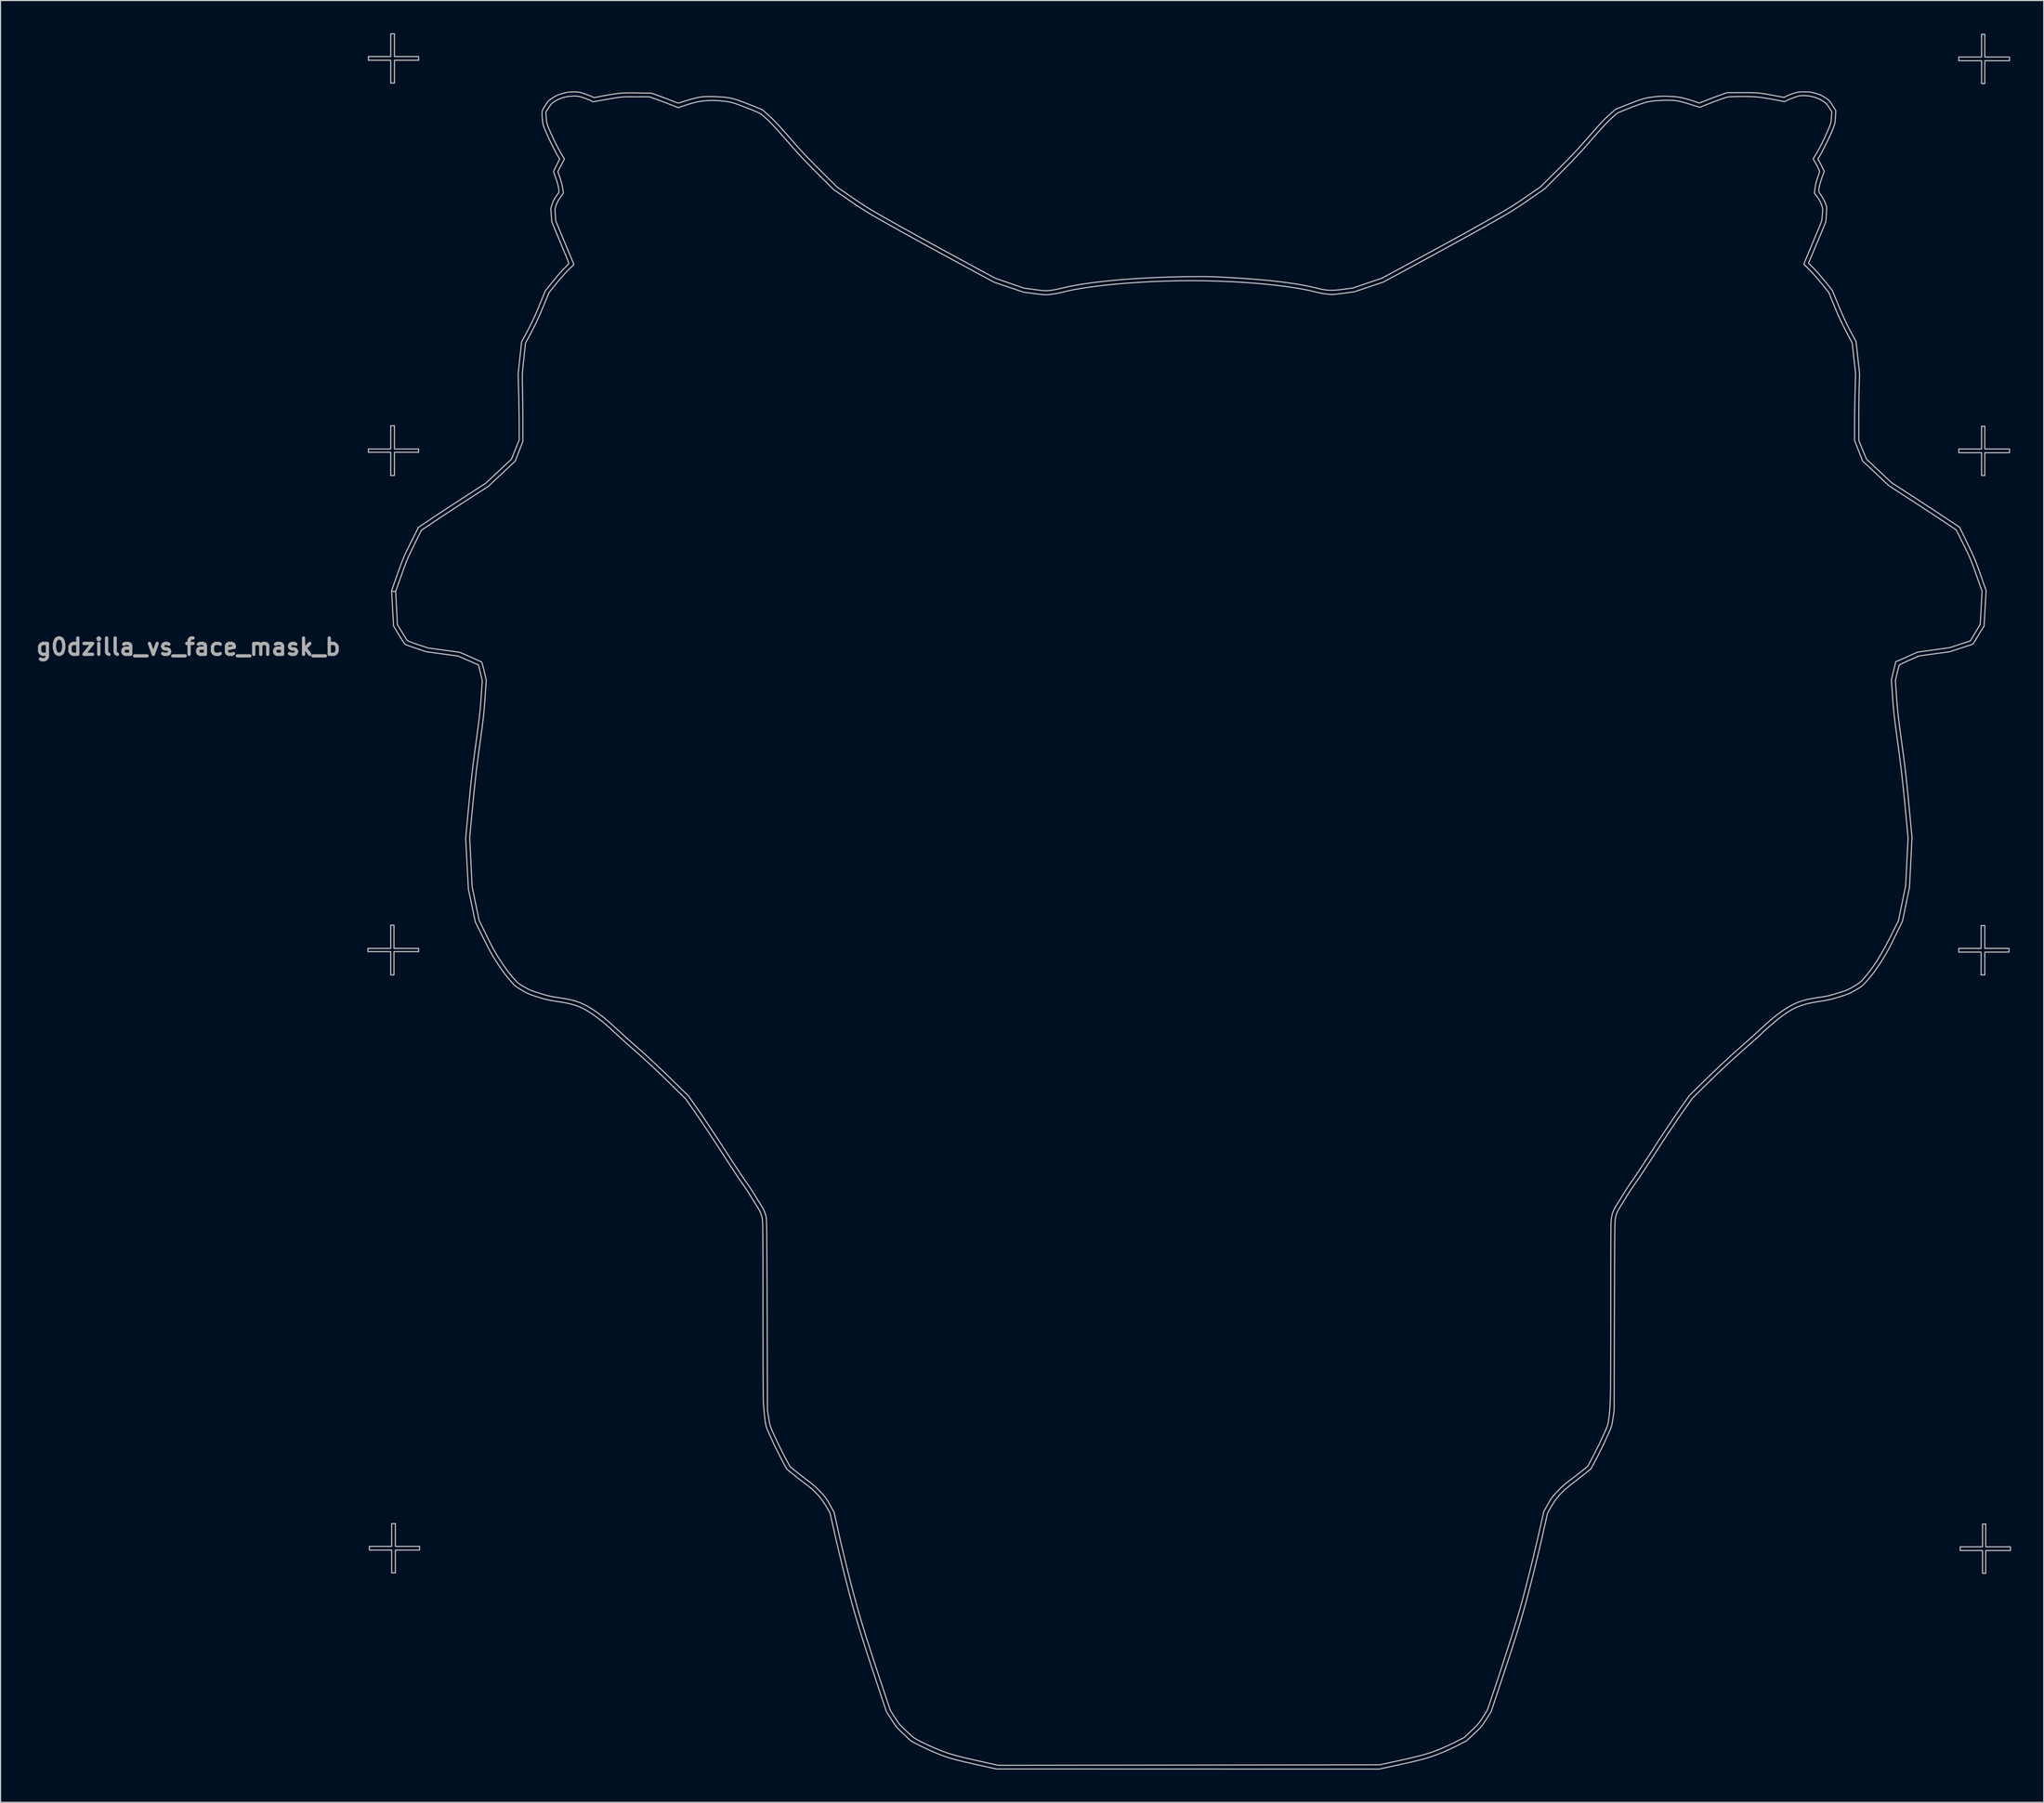
<source format=kicad_pcb>
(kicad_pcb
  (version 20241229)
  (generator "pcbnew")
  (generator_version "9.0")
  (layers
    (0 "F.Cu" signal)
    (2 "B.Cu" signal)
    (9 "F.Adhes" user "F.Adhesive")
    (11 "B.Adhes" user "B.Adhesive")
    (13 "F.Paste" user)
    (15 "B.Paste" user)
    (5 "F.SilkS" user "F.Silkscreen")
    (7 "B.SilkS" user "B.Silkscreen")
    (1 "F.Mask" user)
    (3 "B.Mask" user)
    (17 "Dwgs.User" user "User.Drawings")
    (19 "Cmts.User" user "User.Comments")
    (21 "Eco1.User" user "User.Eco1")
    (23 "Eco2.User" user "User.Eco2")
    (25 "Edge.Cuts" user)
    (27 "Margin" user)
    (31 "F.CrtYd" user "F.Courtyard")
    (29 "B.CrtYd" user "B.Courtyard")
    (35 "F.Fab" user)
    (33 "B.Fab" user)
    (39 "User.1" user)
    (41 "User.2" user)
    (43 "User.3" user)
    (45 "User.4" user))
  (footprint "g0dzilla_vs_face_mask_b"
    (layer "F.Cu")
    (at 106.009 74.073)
    (property "Reference" "g0dzilla_vs_face_mask_b" (at -91.78 -17.73 0) (layer "F.Fab") (effects (font (size 1.5 1.5) (thickness 0.3))))
    (attr board_only exclude_from_pos_files exclude_from_bom)
    (fp_poly (pts (xy -43.372 -46.659) (xy -43.135 -46.655) (xy -42.94 -46.646) (xy -42.764 -46.629) (xy -42.585 -46.603) (xy -42.382 -46.565) (xy -42.177 -46.524) (xy -41.921 -46.47) (xy -41.729 -46.424) (xy -41.579 -46.38) (xy -41.45 -46.33) (xy -41.321 -46.266) (xy -41.173 -46.18) (xy -41.099 -46.136) (xy -40.933 -46.032) (xy -40.798 -45.939) (xy -40.709 -45.869) (xy -40.681 -45.834) (xy -40.672 -45.764) (xy -40.652 -45.646) (xy -40.643 -45.599) (xy -40.607 -45.413) (xy -40.955 -45.158) (xy -41.163 -44.988) (xy -41.399 -44.764) (xy -41.669 -44.478) (xy -41.857 -44.268) (xy -42.103 -43.979) (xy -42.296 -43.731) (xy -42.446 -43.509) (xy -42.561 -43.295) (xy -42.65 -43.072) (xy -42.724 -42.825) (xy -42.778 -42.593) (xy -42.843 -42.343) (xy -42.916 -42.173) (xy -42.999 -42.077) (xy -43.089 -42.05) (xy -43.141 -42.072) (xy -43.251 -42.131) (xy -43.403 -42.219) (xy -43.583 -42.328) (xy -43.634 -42.359) (xy -44.131 -42.668) (xy -44.387 -43.095) (xy -44.643 -43.522) (xy -44.712 -44.162) (xy -44.739 -44.456) (xy -44.761 -44.788) (xy -44.775 -45.116) (xy -44.781 -45.4) (xy -44.781 -45.405) (xy -44.777 -45.699) (xy -44.763 -45.928) (xy -44.735 -46.113) (xy -44.69 -46.275) (xy -44.623 -46.433) (xy -44.578 -46.52) (xy -44.505 -46.659) (xy -43.672 -46.66)) (stroke (width 0) (type solid)) (fill yes) (layer "B.Mask"))
    (fp_poly (pts (xy 34.768 -42.716) (xy 34.831 -42.608) (xy 34.837 -42.597) (xy 34.939 -42.429) (xy 35.098 -42.216) (xy 35.303 -41.967) (xy 35.546 -41.694) (xy 35.817 -41.405) (xy 36.108 -41.112) (xy 36.408 -40.824) (xy 36.606 -40.643) (xy 36.923 -40.368) (xy 37.2 -40.148) (xy 37.452 -39.973) (xy 37.693 -39.831) (xy 37.833 -39.761) (xy 37.943 -39.695) (xy 37.988 -39.623) (xy 37.993 -39.576) (xy 37.983 -39.479) (xy 37.944 -39.407) (xy 37.861 -39.343) (xy 37.717 -39.27) (xy 37.672 -39.25) (xy 36.955 -38.969) (xy 36.233 -38.754) (xy 35.523 -38.611) (xy 35.24 -38.575) (xy 34.929 -38.542) (xy 34.69 -38.517) (xy 34.508 -38.502) (xy 34.371 -38.494) (xy 34.266 -38.494) (xy 34.178 -38.501) (xy 34.094 -38.515) (xy 34.003 -38.535) (xy 33.783 -38.608) (xy 33.62 -38.717) (xy 33.608 -38.729) (xy 33.54 -38.798) (xy 33.499 -38.861) (xy 33.478 -38.941) (xy 33.47 -39.062) (xy 33.469 -39.229) (xy 33.479 -39.524) (xy 33.507 -39.874) (xy 33.549 -40.248) (xy 33.603 -40.619) (xy 33.664 -40.957) (xy 33.674 -41.003) (xy 33.729 -41.216) (xy 33.807 -41.454) (xy 33.902 -41.704) (xy 34.007 -41.954) (xy 34.117 -42.189) (xy 34.224 -42.398) (xy 34.324 -42.566) (xy 34.41 -42.682) (xy 34.476 -42.731) (xy 34.484 -42.732) (xy 34.586 -42.744) (xy 34.65 -42.758) (xy 34.714 -42.76)) (stroke (width 0) (type solid)) (fill yes) (layer "B.Mask"))
    (fp_poly (pts (xy 38.72 -44.259) (xy 38.823 -44.242) (xy 38.924 -44.206) (xy 38.977 -44.182) (xy 39.18 -44.087) (xy 39.233 -43.604) (xy 39.257 -43.318) (xy 39.268 -42.975) (xy 39.268 -42.565) (xy 39.26 -42.169) (xy 39.246 -41.77) (xy 39.227 -41.444) (xy 39.199 -41.178) (xy 39.16 -40.957) (xy 39.105 -40.77) (xy 39.031 -40.603) (xy 38.935 -40.444) (xy 38.814 -40.278) (xy 38.742 -40.189) (xy 38.581 -40.001) (xy 38.428 -39.838) (xy 38.294 -39.711) (xy 38.189 -39.627) (xy 38.123 -39.597) (xy 38.107 -39.605) (xy 38.083 -39.653) (xy 38.03 -39.764) (xy 37.954 -39.926) (xy 37.861 -40.124) (xy 37.79 -40.277) (xy 37.616 -40.643) (xy 37.459 -40.945) (xy 37.31 -41.199) (xy 37.159 -41.423) (xy 36.995 -41.633) (xy 36.899 -41.745) (xy 36.505 -42.148) (xy 36.1 -42.47) (xy 35.678 -42.715) (xy 35.232 -42.889) (xy 35.197 -42.899) (xy 35.003 -42.959) (xy 34.876 -43.01) (xy 34.797 -43.064) (xy 34.751 -43.13) (xy 34.729 -43.19) (xy 34.723 -43.248) (xy 34.754 -43.295) (xy 34.84 -43.345) (xy 34.932 -43.388) (xy 35.409 -43.579) (xy 35.907 -43.737) (xy 36.457 -43.871) (xy 36.521 -43.885) (xy 36.789 -43.942) (xy 37.071 -44.003) (xy 37.336 -44.061) (xy 37.553 -44.11) (xy 37.588 -44.118) (xy 37.825 -44.166) (xy 38.085 -44.209) (xy 38.324 -44.24) (xy 38.394 -44.247) (xy 38.586 -44.26)) (stroke (width 0) (type solid)) (fill yes) (layer "B.Mask"))
    (fp_poly (pts (xy -40.279 -45.342) (xy -40.19 -45.298) (xy -40.112 -45.249) (xy -39.801 -45.018) (xy -39.511 -44.73) (xy -39.237 -44.38) (xy -38.976 -43.96) (xy -38.722 -43.465) (xy -38.552 -43.082) (xy -38.443 -42.822) (xy -38.341 -42.571) (xy -38.252 -42.347) (xy -38.184 -42.167) (xy -38.142 -42.048) (xy -38.14 -42.042) (xy -38.1 -41.905) (xy -38.087 -41.816) (xy -38.102 -41.747) (xy -38.146 -41.663) (xy -38.149 -41.659) (xy -38.202 -41.582) (xy -38.265 -41.532) (xy -38.362 -41.498) (xy -38.519 -41.467) (xy -38.529 -41.465) (xy -38.658 -41.449) (xy -38.85 -41.434) (xy -39.086 -41.418) (xy -39.35 -41.405) (xy -39.624 -41.394) (xy -39.89 -41.385) (xy -40.132 -41.38) (xy -40.332 -41.38) (xy -40.472 -41.384) (xy -40.512 -41.388) (xy -40.592 -41.397) (xy -40.738 -41.41) (xy -40.933 -41.427) (xy -41.157 -41.446) (xy -41.238 -41.452) (xy -41.642 -41.489) (xy -41.967 -41.53) (xy -42.218 -41.576) (xy -42.402 -41.628) (xy -42.524 -41.689) (xy -42.59 -41.758) (xy -42.594 -41.766) (xy -42.609 -41.815) (xy -42.602 -41.862) (xy -42.561 -41.921) (xy -42.476 -42.004) (xy -42.339 -42.124) (xy -42.281 -42.174) (xy -41.969 -42.478) (xy -41.652 -42.862) (xy -41.333 -43.323) (xy -41.174 -43.58) (xy -41.067 -43.775) (xy -40.943 -44.023) (xy -40.816 -44.299) (xy -40.695 -44.576) (xy -40.594 -44.828) (xy -40.528 -45.015) (xy -40.475 -45.156) (xy -40.418 -45.269) (xy -40.384 -45.315) (xy -40.336 -45.346)) (stroke (width 0) (type solid)) (fill yes) (layer "B.Mask"))
    (fp_poly (pts (xy -18.037 -0.971) (xy -17.854 -0.944) (xy -17.633 -0.903) (xy -17.392 -0.854) (xy -17.152 -0.799) (xy -16.931 -0.745) (xy -16.751 -0.694) (xy -16.629 -0.651) (xy -16.608 -0.641) (xy -16.522 -0.559) (xy -16.508 -0.442) (xy -16.568 -0.287) (xy -16.686 -0.11) (xy -16.861 0.129) (xy -16.989 0.331) (xy -17.08 0.519) (xy -17.145 0.717) (xy -17.196 0.95) (xy -17.204 0.999) (xy -17.257 1.282) (xy -17.31 1.503) (xy -17.375 1.683) (xy -17.463 1.84) (xy -17.584 1.993) (xy -17.749 2.161) (xy -17.969 2.362) (xy -17.983 2.375) (xy -18.287 2.634) (xy -18.664 2.931) (xy -19.114 3.266) (xy -19.639 3.641) (xy -20.238 4.055) (xy -20.803 4.435) (xy -21.063 4.615) (xy -21.364 4.834) (xy -21.682 5.074) (xy -21.992 5.316) (xy -22.272 5.543) (xy -22.297 5.563) (xy -23.29 6.373) (xy -24.258 7.117) (xy -25.216 7.805) (xy -26.178 8.448) (xy -27.16 9.055) (xy -28.177 9.636) (xy -29.242 10.201) (xy -29.594 10.379) (xy -30.864 11.014) (xy -31.219 11.014) (xy -31.573 11.014) (xy -31.71 10.821) (xy -31.79 10.686) (xy -31.893 10.481) (xy -32.014 10.218) (xy -32.148 9.907) (xy -32.289 9.56) (xy -32.434 9.188) (xy -32.525 8.943) (xy -32.729 8.388) (xy -32.699 7.791) (xy -32.685 7.587) (xy -32.657 7.31) (xy -32.618 6.968) (xy -32.568 6.571) (xy -32.51 6.129) (xy -32.443 5.653) (xy -32.399 5.344) (xy -32.329 4.863) (xy -32.269 4.459) (xy -32.217 4.124) (xy -32.169 3.851) (xy -32.121 3.631) (xy -32.071 3.458) (xy -32.014 3.324) (xy -31.947 3.221) (xy -31.867 3.142) (xy -31.77 3.079) (xy -31.653 3.024) (xy -31.513 2.971) (xy -31.346 2.911) (xy -31.291 2.891) (xy -31.133 2.836) (xy -30.904 2.759) (xy -30.615 2.664) (xy -30.276 2.555) (xy -29.9 2.435) (xy -29.497 2.307) (xy -29.077 2.176) (xy -28.666 2.049) (xy -28.213 1.909) (xy -27.744 1.764) (xy -27.272 1.618) (xy -26.813 1.475) (xy -26.38 1.341) (xy -25.99 1.219) (xy -25.656 1.114) (xy -25.464 1.053) (xy -25.112 0.943) (xy -24.701 0.818) (xy -24.257 0.684) (xy -23.802 0.549) (xy -23.361 0.419) (xy -22.959 0.303) (xy -22.945 0.299) (xy -22.553 0.187) (xy -22.129 0.063) (xy -21.695 -0.064) (xy -21.275 -0.188) (xy -20.89 -0.304) (xy -20.563 -0.403) (xy -20.533 -0.412) (xy -19.948 -0.588) (xy -19.44 -0.731) (xy -19.008 -0.841) (xy -18.651 -0.92) (xy -18.368 -0.966) (xy -18.162 -0.981)) (stroke (width 0) (type solid)) (fill yes) (layer "B.Mask"))
    (fp_poly (pts (xy -2.037 29.394) (xy -1.941 29.453) (xy -1.861 29.514) (xy -1.754 29.591) (xy -1.591 29.695) (xy -1.394 29.813) (xy -1.183 29.933) (xy -1.148 29.952) (xy -0.93 30.075) (xy -0.718 30.204) (xy -0.533 30.326) (xy -0.398 30.425) (xy -0.387 30.434) (xy -0.227 30.557) (xy -0.034 30.691) (xy 0.143 30.8) (xy 0.441 30.971) (xy 0.555 31.462) (xy 0.605 31.65) (xy 0.673 31.875) (xy 0.755 32.122) (xy 0.844 32.373) (xy 0.935 32.614) (xy 1.02 32.826) (xy 1.094 32.994) (xy 1.152 33.102) (xy 1.165 33.12) (xy 1.218 33.168) (xy 1.324 33.251) (xy 1.466 33.358) (xy 1.581 33.441) (xy 1.743 33.554) (xy 1.874 33.635) (xy 2 33.695) (xy 2.145 33.746) (xy 2.334 33.796) (xy 2.474 33.831) (xy 2.998 33.956) (xy 3.485 33.789) (xy 3.68 33.718) (xy 3.848 33.651) (xy 3.97 33.593) (xy 4.029 33.556) (xy 4.163 33.37) (xy 4.305 33.124) (xy 4.445 32.841) (xy 4.571 32.544) (xy 4.671 32.255) (xy 4.671 32.254) (xy 4.731 32.06) (xy 4.781 31.898) (xy 4.817 31.785) (xy 4.835 31.736) (xy 4.835 31.735) (xy 4.89 31.698) (xy 5 31.631) (xy 5.148 31.546) (xy 5.312 31.454) (xy 5.473 31.365) (xy 5.613 31.291) (xy 5.712 31.243) (xy 5.72 31.239) (xy 5.856 31.194) (xy 6.055 31.144) (xy 6.298 31.093) (xy 6.564 31.045) (xy 6.833 31.003) (xy 7.082 30.972) (xy 7.292 30.953) (xy 7.387 30.95) (xy 7.633 30.97) (xy 7.917 31.025) (xy 8.042 31.058) (xy 8.223 31.109) (xy 8.353 31.138) (xy 8.462 31.145) (xy 8.581 31.134) (xy 8.74 31.106) (xy 8.755 31.103) (xy 8.962 31.054) (xy 9.162 30.982) (xy 9.384 30.875) (xy 9.509 30.807) (xy 9.925 30.574) (xy 10.536 30.544) (xy 11.147 30.514) (xy 11.639 30.222) (xy 11.863 30.093) (xy 12.027 30.007) (xy 12.144 29.96) (xy 12.225 29.947) (xy 12.245 29.949) (xy 12.33 29.963) (xy 12.478 29.986) (xy 12.671 30.016) (xy 12.887 30.048) (xy 12.909 30.052) (xy 13.596 30.197) (xy 13.976 30.316) (xy 14.198 30.396) (xy 14.356 30.46) (xy 14.47 30.519) (xy 14.559 30.583) (xy 14.641 30.662) (xy 14.674 30.697) (xy 14.854 30.896) (xy 15.506 30.709) (xy 16.157 30.522) (xy 16.828 30.571) (xy 17.094 30.59) (xy 17.302 30.599) (xy 17.478 30.599) (xy 17.649 30.588) (xy 17.841 30.566) (xy 18.082 30.531) (xy 18.136 30.522) (xy 18.773 30.424) (xy 19.451 30.548) (xy 20.128 30.672) (xy 20.178 30.992) (xy 20.194 31.11) (xy 20.215 31.3) (xy 20.241 31.551) (xy 20.271 31.851) (xy 20.303 32.187) (xy 20.335 32.547) (xy 20.364 32.871) (xy 20.403 33.325) (xy 20.432 33.706) (xy 20.454 34.026) (xy 20.468 34.296) (xy 20.474 34.528) (xy 20.472 34.733) (xy 20.463 34.923) (xy 20.448 35.111) (xy 20.425 35.307) (xy 20.423 35.328) (xy 20.395 35.544) (xy 20.987 36.016) (xy 21.153 36.146) (xy 21.376 36.318) (xy 21.645 36.523) (xy 21.951 36.754) (xy 22.281 37.002) (xy 22.624 37.258) (xy 22.97 37.515) (xy 23.095 37.606) (xy 23.499 37.905) (xy 23.843 38.164) (xy 24.139 38.39) (xy 24.398 38.592) (xy 24.629 38.779) (xy 24.843 38.96) (xy 25.051 39.142) (xy 25.264 39.335) (xy 25.411 39.471) (xy 26.211 40.218) (xy 26.21 40.888) (xy 26.209 41.558) (xy 25.815 42.169) (xy 25.42 42.78) (xy 25.083 42.927) (xy 24.931 42.992) (xy 24.813 43.042) (xy 24.749 43.069) (xy 24.742 43.072) (xy 24.708 43.047) (xy 24.619 42.981) (xy 24.486 42.883) (xy 24.321 42.761) (xy 24.269 42.723) (xy 23.8 42.375) (xy 22.748 42.111) (xy 21.696 41.848) (xy 19.652 41.867) (xy 17.609 41.887) (xy 16.435 41.754) (xy 14.391 41.501) (xy 12.373 41.211) (xy 10.405 40.887) (xy 10.096 40.832) (xy 8.09 40.472) (xy 7.126 40.093) (xy 6.162 39.715) (xy 5.504 39.661) (xy 5.236 39.633) (xy 4.91 39.591) (xy 4.551 39.537) (xy 4.185 39.477) (xy 3.885 39.422) (xy 3.572 39.364) (xy 3.199 39.3) (xy 2.789 39.233) (xy 2.368 39.166) (xy 1.958 39.105) (xy 1.665 39.063) (xy 1.323 39.016) (xy 1.036 38.978) (xy 0.786 38.947) (xy 0.557 38.924) (xy 0.335 38.905) (xy 0.102 38.891) (xy -0.158 38.88) (xy -0.459 38.871) (xy -0.819 38.863) (xy -1.11 38.857) (xy -2.625 38.826) (xy -2.762 38.946) (xy -2.848 39.014) (xy -2.987 39.117) (xy -3.162 39.241) (xy -3.356 39.374) (xy -3.4 39.405) (xy -3.902 39.744) (xy -4.774 39.744) (xy -5.645 39.744) (xy -6.222 39.434) (xy -6.598 39.218) (xy -6.905 39.012) (xy -7.122 38.836) (xy -7.445 38.548) (xy -8.386 38.549) (xy -8.638 38.547) (xy -8.959 38.542) (xy -9.335 38.535) (xy -9.752 38.526) (xy -10.194 38.515) (xy -10.645 38.502) (xy -11.092 38.487) (xy -11.249 38.482) (xy -11.705 38.466) (xy -12.087 38.452) (xy -12.404 38.439) (xy -12.667 38.427) (xy -12.887 38.414) (xy -13.073 38.4) (xy -13.235 38.383) (xy -13.386 38.364) (xy -13.534 38.341) (xy -13.69 38.313) (xy -13.864 38.28) (xy -13.938 38.266) (xy -14.187 38.217) (xy -14.41 38.173) (xy -14.593 38.136) (xy -14.719 38.109) (xy -14.774 38.097) (xy -14.818 38.051) (xy -14.882 37.945) (xy -14.959 37.798) (xy -15.038 37.629) (xy -15.111 37.456) (xy -15.169 37.301) (xy -15.197 37.202) (xy -15.21 37.083) (xy -15.213 36.895) (xy -15.206 36.654) (xy -15.192 36.378) (xy -15.171 36.081) (xy -15.144 35.781) (xy -15.113 35.494) (xy -15.078 35.235) (xy -15.052 35.077) (xy -15.011 34.826) (xy -14.971 34.519) (xy -14.936 34.185) (xy -14.907 33.855) (xy -14.898 33.72) (xy -14.849 32.925) (xy -15.002 32.436) (xy -15.074 32.197) (xy -15.121 32.016) (xy -15.143 31.868) (xy -15.142 31.729) (xy -15.12 31.577) (xy -15.08 31.388) (xy -15.077 31.376) (xy -15.003 31.056) (xy -14.649 30.985) (xy -14.358 30.908) (xy -14.103 30.794) (xy -14.013 30.742) (xy -13.73 30.57) (xy -13.365 30.901) (xy -13.173 31.067) (xy -12.959 31.242) (xy -12.755 31.399) (xy -12.657 31.469) (xy -12.488 31.583) (xy -12.36 31.656) (xy -12.248 31.699) (xy -12.126 31.722) (xy -12.038 31.732) (xy -11.868 31.741) (xy -11.723 31.727) (xy -11.564 31.685) (xy -11.456 31.648) (xy -11.151 31.539) (xy -11 31.106) (xy -10.931 30.887) (xy -10.857 30.619) (xy -10.787 30.338) (xy -10.735 30.096) (xy -10.692 29.885) (xy -10.655 29.707) (xy -10.626 29.577) (xy -10.609 29.51) (xy -10.607 29.505) (xy -10.567 29.516) (xy -10.489 29.565) (xy -10.484 29.569) (xy -10.432 29.62) (xy -10.38 29.708) (xy -10.322 29.843) (xy -10.252 30.037) (xy -10.182 30.251) (xy -9.99 30.853) (xy -9.716 31.094) (xy -9.581 31.21) (xy -9.484 31.281) (xy -9.4 31.318) (xy -9.304 31.332) (xy -9.177 31.334) (xy -8.98 31.321) (xy -8.818 31.276) (xy -8.71 31.224) (xy -8.607 31.163) (xy -8.539 31.104) (xy -8.488 31.021) (xy -8.44 30.893) (xy -8.406 30.786) (xy -8.328 30.57) (xy -8.236 30.403) (xy -8.117 30.256) (xy -7.928 30.053) (xy -7.374 30.053) (xy -6.819 30.053) (xy -6.413 30.245) (xy -6.267 30.313) (xy -6.142 30.365) (xy -6.02 30.406) (xy -5.885 30.44) (xy -5.719 30.471) (xy -5.505 30.503) (xy -5.226 30.541) (xy -5.191 30.546) (xy -4.376 30.654) (xy -3.543 30.556) (xy -2.711 30.459) (xy -2.425 29.926) (xy -2.319 29.733) (xy -2.224 29.569) (xy -2.149 29.448) (xy -2.101 29.384) (xy -2.093 29.378)) (stroke (width 0) (type solid)) (fill yes) (layer "B.Mask"))
    (fp_poly (pts (xy 26.052 -2.638) (xy 26.211 -2.548) (xy 26.387 -2.46) (xy 26.583 -2.384) (xy 26.695 -2.353) (xy 26.968 -2.266) (xy 27.19 -2.143) (xy 27.348 -1.992) (xy 27.421 -1.857) (xy 27.483 -1.675) (xy 27.212 -1.161) (xy 27.086 -0.913) (xy 26.993 -0.705) (xy 26.921 -0.503) (xy 26.857 -0.275) (xy 26.815 -0.099) (xy 26.761 0.125) (xy 26.69 0.405) (xy 26.609 0.716) (xy 26.524 1.032) (xy 26.455 1.281) (xy 26.373 1.573) (xy 26.313 1.803) (xy 26.27 1.989) (xy 26.24 2.15) (xy 26.221 2.307) (xy 26.209 2.477) (xy 26.2 2.68) (xy 26.199 2.689) (xy 26.193 3.092) (xy 26.202 3.522) (xy 26.229 3.987) (xy 26.273 4.494) (xy 26.335 5.051) (xy 26.417 5.667) (xy 26.519 6.348) (xy 26.641 7.102) (xy 26.663 7.236) (xy 26.835 8.172) (xy 27.024 9.048) (xy 27.237 9.879) (xy 27.478 10.685) (xy 27.754 11.48) (xy 28.07 12.284) (xy 28.432 13.113) (xy 28.845 13.983) (xy 28.928 14.151) (xy 29.115 14.529) (xy 29.27 14.846) (xy 29.398 15.116) (xy 29.506 15.355) (xy 29.601 15.577) (xy 29.688 15.797) (xy 29.775 16.029) (xy 29.866 16.29) (xy 29.969 16.592) (xy 29.979 16.619) (xy 30.089 16.947) (xy 30.179 17.207) (xy 30.252 17.41) (xy 30.315 17.571) (xy 30.373 17.7) (xy 30.432 17.812) (xy 30.497 17.917) (xy 30.575 18.03) (xy 30.666 18.156) (xy 30.932 18.566) (xy 31.194 19.051) (xy 31.281 19.231) (xy 31.434 19.56) (xy 31.554 19.825) (xy 31.646 20.037) (xy 31.715 20.211) (xy 31.764 20.358) (xy 31.8 20.49) (xy 31.825 20.622) (xy 31.846 20.764) (xy 31.847 20.772) (xy 31.96 21.516) (xy 32.104 22.219) (xy 32.188 22.558) (xy 32.323 23.063) (xy 32.23 23.431) (xy 32.179 23.655) (xy 32.128 23.914) (xy 32.087 24.16) (xy 32.081 24.205) (xy 32.047 24.416) (xy 32.005 24.583) (xy 31.944 24.742) (xy 31.851 24.927) (xy 31.816 24.992) (xy 31.725 25.152) (xy 31.645 25.282) (xy 31.588 25.364) (xy 31.567 25.384) (xy 31.518 25.367) (xy 31.409 25.314) (xy 31.252 25.23) (xy 31.058 25.122) (xy 30.864 25.01) (xy 30.607 24.858) (xy 30.405 24.732) (xy 30.239 24.615) (xy 30.087 24.493) (xy 29.93 24.352) (xy 29.749 24.175) (xy 29.744 24.171) (xy 29.555 23.978) (xy 29.422 23.831) (xy 29.348 23.734) (xy 29.337 23.69) (xy 29.339 23.689) (xy 29.397 23.669) (xy 29.522 23.631) (xy 29.697 23.582) (xy 29.907 23.525) (xy 30.001 23.5) (xy 30.214 23.441) (xy 30.393 23.387) (xy 30.523 23.343) (xy 30.592 23.313) (xy 30.599 23.305) (xy 30.568 23.264) (xy 30.49 23.169) (xy 30.374 23.032) (xy 30.229 22.863) (xy 30.072 22.682) (xy 29.906 22.491) (xy 29.759 22.32) (xy 29.64 22.18) (xy 29.559 22.083) (xy 29.526 22.04) (xy 29.549 21.996) (xy 29.648 21.916) (xy 29.824 21.8) (xy 30.052 21.662) (xy 30.609 21.335) (xy 29.893 20.93) (xy 29.656 20.796) (xy 29.432 20.669) (xy 29.236 20.558) (xy 29.085 20.471) (xy 28.995 20.42) (xy 28.813 20.315) (xy 29.31 19.989) (xy 29.806 19.663) (xy 28.9 19.21) (xy 27.993 18.756) (xy 28.683 18.145) (xy 28.885 17.966) (xy 29.062 17.806) (xy 29.206 17.674) (xy 29.308 17.579) (xy 29.358 17.529) (xy 29.361 17.523) (xy 29.318 17.508) (xy 29.206 17.473) (xy 29.035 17.421) (xy 28.818 17.356) (xy 28.567 17.282) (xy 28.453 17.248) (xy 28.19 17.17) (xy 27.956 17.099) (xy 27.762 17.039) (xy 27.621 16.994) (xy 27.545 16.967) (xy 27.535 16.963) (xy 27.551 16.926) (xy 27.617 16.865) (xy 27.631 16.855) (xy 27.71 16.788) (xy 27.747 16.738) (xy 27.748 16.735) (xy 27.719 16.691) (xy 27.642 16.605) (xy 27.532 16.492) (xy 27.485 16.446) (xy 27.223 16.192) (xy 27.677 15.813) (xy 27.842 15.674) (xy 27.98 15.554) (xy 28.08 15.464) (xy 28.129 15.415) (xy 28.132 15.409) (xy 28.098 15.379) (xy 28.004 15.31) (xy 27.859 15.209) (xy 27.676 15.084) (xy 27.464 14.941) (xy 27.429 14.918) (xy 27.214 14.774) (xy 27.025 14.645) (xy 26.874 14.541) (xy 26.771 14.466) (xy 26.727 14.431) (xy 26.726 14.429) (xy 26.759 14.399) (xy 26.851 14.329) (xy 26.989 14.229) (xy 27.163 14.106) (xy 27.281 14.024) (xy 27.837 13.64) (xy 27.611 13.567) (xy 27.462 13.52) (xy 27.268 13.46) (xy 27.063 13.398) (xy 27.008 13.382) (xy 26.807 13.316) (xy 26.689 13.262) (xy 26.651 13.22) (xy 26.652 13.215) (xy 26.669 13.145) (xy 26.689 13.022) (xy 26.702 12.929) (xy 26.714 12.846) (xy 26.721 12.783) (xy 26.713 12.734) (xy 26.679 12.69) (xy 26.611 12.646) (xy 26.498 12.592) (xy 26.33 12.522) (xy 26.099 12.429) (xy 25.974 12.378) (xy 25.772 12.295) (xy 25.597 12.221) (xy 25.467 12.163) (xy 25.395 12.129) (xy 25.387 12.124) (xy 25.406 12.094) (xy 25.486 12.042) (xy 25.612 11.979) (xy 25.622 11.974) (xy 25.765 11.909) (xy 25.961 11.819) (xy 26.183 11.715) (xy 26.408 11.609) (xy 26.425 11.601) (xy 26.958 11.348) (xy 26.243 10.989) (xy 26.019 10.875) (xy 25.823 10.774) (xy 25.668 10.693) (xy 25.566 10.637) (xy 25.528 10.612) (xy 25.528 10.612) (xy 25.562 10.583) (xy 25.652 10.52) (xy 25.782 10.433) (xy 25.87 10.376) (xy 26.017 10.279) (xy 26.132 10.2) (xy 26.2 10.148) (xy 26.211 10.135) (xy 26.193 10.086) (xy 26.15 9.996) (xy 26.146 9.987) (xy 26.111 9.902) (xy 26.111 9.861) (xy 26.114 9.86) (xy 26.164 9.833) (xy 26.249 9.768) (xy 26.274 9.747) (xy 26.401 9.635) (xy 26.111 9.372) (xy 25.93 9.224) (xy 25.712 9.07) (xy 25.499 8.94) (xy 25.462 8.92) (xy 25.307 8.835) (xy 25.185 8.762) (xy 25.114 8.713) (xy 25.102 8.698) (xy 25.133 8.661) (xy 25.22 8.584) (xy 25.349 8.476) (xy 25.507 8.35) (xy 25.525 8.335) (xy 25.686 8.208) (xy 25.819 8.099) (xy 25.912 8.019) (xy 25.951 7.979) (xy 25.952 7.977) (xy 25.919 7.946) (xy 25.826 7.882) (xy 25.689 7.795) (xy 25.539 7.703) (xy 25.352 7.592) (xy 25.174 7.485) (xy 25.029 7.397) (xy 24.958 7.353) (xy 24.793 7.25) (xy 25.15 7.013) (xy 25.305 6.91) (xy 25.433 6.822) (xy 25.519 6.762) (xy 25.543 6.744) (xy 25.568 6.667) (xy 25.538 6.548) (xy 25.461 6.403) (xy 25.343 6.247) (xy 25.304 6.204) (xy 25.09 5.978) (xy 25.205 5.827) (xy 25.319 5.677) (xy 24.976 5.24) (xy 24.848 5.074) (xy 24.741 4.932) (xy 24.666 4.828) (xy 24.633 4.774) (xy 24.632 4.771) (xy 24.67 4.746) (xy 24.772 4.705) (xy 24.92 4.654) (xy 25.016 4.625) (xy 25.182 4.572) (xy 25.312 4.524) (xy 25.388 4.489) (xy 25.4 4.478) (xy 25.379 4.431) (xy 25.32 4.327) (xy 25.234 4.181) (xy 25.128 4.008) (xy 25.12 3.995) (xy 25.015 3.82) (xy 24.932 3.669) (xy 24.88 3.558) (xy 24.865 3.503) (xy 24.866 3.501) (xy 24.92 3.478) (xy 25.032 3.462) (xy 25.146 3.458) (xy 25.281 3.451) (xy 25.373 3.435) (xy 25.4 3.416) (xy 25.378 3.368) (xy 25.316 3.262) (xy 25.222 3.109) (xy 25.104 2.922) (xy 24.992 2.749) (xy 24.584 2.123) (xy 24.695 2.007) (xy 24.807 1.924) (xy 24.966 1.847) (xy 25.061 1.814) (xy 25.193 1.772) (xy 25.285 1.738) (xy 25.315 1.723) (xy 25.295 1.682) (xy 25.242 1.582) (xy 25.163 1.439) (xy 25.075 1.279) (xy 24.982 1.108) (xy 24.91 0.965) (xy 24.866 0.866) (xy 24.857 0.827) (xy 24.905 0.826) (xy 25.021 0.84) (xy 25.188 0.864) (xy 25.39 0.899) (xy 25.439 0.908) (xy 25.644 0.943) (xy 25.816 0.968) (xy 25.938 0.981) (xy 25.995 0.981) (xy 25.998 0.978) (xy 25.98 0.929) (xy 25.933 0.819) (xy 25.864 0.664) (xy 25.778 0.478) (xy 25.767 0.455) (xy 25.682 0.268) (xy 25.615 0.11) (xy 25.572 -0.004) (xy 25.56 -0.059) (xy 25.561 -0.061) (xy 25.615 -0.076) (xy 25.722 -0.085) (xy 25.766 -0.085) (xy 25.932 -0.091) (xy 26.023 -0.114) (xy 26.052 -0.16) (xy 26.028 -0.238) (xy 26.018 -0.258) (xy 25.968 -0.372) (xy 25.972 -0.436) (xy 26.04 -0.464) (xy 26.174 -0.47) (xy 26.393 -0.47) (xy 26.369 -0.651) (xy 26.349 -0.746) (xy 26.308 -0.908) (xy 26.251 -1.121) (xy 26.181 -1.369) (xy 26.103 -1.637) (xy 26.083 -1.703) (xy 26.007 -1.964) (xy 25.942 -2.2) (xy 25.89 -2.396) (xy 25.857 -2.541) (xy 25.844 -2.622) (xy 25.845 -2.632) (xy 25.88 -2.678) (xy 25.945 -2.681)) (stroke (width 0) (type solid)) (fill yes) (layer "B.Mask"))
    (fp_poly (pts (xy 29.918 -2.645) (xy 30.117 -2.583) (xy 30.284 -2.529) (xy 30.404 -2.488) (xy 30.461 -2.466) (xy 30.463 -2.464) (xy 30.441 -2.43) (xy 30.367 -2.351) (xy 30.252 -2.24) (xy 30.116 -2.113) (xy 29.75 -1.781) (xy 29.906 -1.652) (xy 30.063 -1.523) (xy 29.642 -1.356) (xy 29.465 -1.284) (xy 29.319 -1.222) (xy 29.221 -1.177) (xy 29.189 -1.159) (xy 29.213 -1.131) (xy 29.301 -1.078) (xy 29.439 -1.009) (xy 29.586 -0.942) (xy 30.014 -0.756) (xy 29.831 -0.651) (xy 29.704 -0.581) (xy 29.533 -0.491) (xy 29.351 -0.397) (xy 29.317 -0.379) (xy 29.168 -0.3) (xy 29.054 -0.231) (xy 28.992 -0.183) (xy 28.986 -0.172) (xy 29.017 -0.123) (xy 29.094 -0.047) (xy 29.135 -0.012) (xy 29.225 0.065) (xy 29.279 0.121) (xy 29.285 0.133) (xy 29.249 0.162) (xy 29.156 0.211) (xy 29.064 0.251) (xy 28.844 0.343) (xy 28.936 0.441) (xy 29.012 0.534) (xy 29.02 0.583) (xy 28.965 0.598) (xy 28.911 0.612) (xy 28.917 0.663) (xy 28.984 0.759) (xy 28.998 0.777) (xy 29.103 0.862) (xy 29.274 0.952) (xy 29.421 1.012) (xy 29.749 1.133) (xy 29.438 1.473) (xy 29.3 1.628) (xy 29.208 1.74) (xy 29.153 1.83) (xy 29.123 1.917) (xy 29.107 2.021) (xy 29.102 2.059) (xy 29.095 2.195) (xy 29.101 2.293) (xy 29.114 2.327) (xy 29.16 2.371) (xy 29.236 2.459) (xy 29.283 2.516) (xy 29.415 2.683) (xy 29.151 2.886) (xy 28.887 3.089) (xy 29.15 3.218) (xy 29.281 3.287) (xy 29.375 3.343) (xy 29.413 3.374) (xy 29.413 3.375) (xy 29.381 3.413) (xy 29.301 3.48) (xy 29.253 3.515) (xy 29.093 3.629) (xy 29.744 3.601) (xy 29.969 3.593) (xy 30.16 3.591) (xy 30.302 3.594) (xy 30.383 3.601) (xy 30.395 3.607) (xy 30.368 3.652) (xy 30.295 3.744) (xy 30.188 3.869) (xy 30.095 3.974) (xy 29.844 4.28) (xy 29.639 4.584) (xy 29.489 4.875) (xy 29.4 5.139) (xy 29.381 5.258) (xy 29.372 5.414) (xy 29.39 5.511) (xy 29.451 5.566) (xy 29.572 5.598) (xy 29.688 5.616) (xy 29.817 5.635) (xy 29.907 5.653) (xy 29.931 5.661) (xy 29.931 5.705) (xy 29.905 5.808) (xy 29.859 5.947) (xy 29.857 5.955) (xy 29.756 6.233) (xy 30.203 6.233) (xy 30.387 6.235) (xy 30.534 6.243) (xy 30.626 6.254) (xy 30.649 6.265) (xy 30.625 6.309) (xy 30.561 6.41) (xy 30.464 6.554) (xy 30.344 6.728) (xy 30.289 6.807) (xy 29.93 7.317) (xy 30.088 7.618) (xy 30.183 7.786) (xy 30.268 7.898) (xy 30.364 7.977) (xy 30.437 8.02) (xy 30.592 8.107) (xy 30.747 8.201) (xy 30.791 8.23) (xy 30.952 8.337) (xy 31.538 8.247) (xy 31.863 8.197) (xy 32.113 8.159) (xy 32.298 8.134) (xy 32.425 8.12) (xy 32.505 8.116) (xy 32.545 8.122) (xy 32.557 8.137) (xy 32.548 8.158) (xy 32.515 8.21) (xy 32.444 8.324) (xy 32.342 8.487) (xy 32.216 8.688) (xy 32.072 8.918) (xy 32.002 9.029) (xy 31.854 9.265) (xy 31.724 9.478) (xy 31.616 9.658) (xy 31.538 9.792) (xy 31.496 9.87) (xy 31.491 9.885) (xy 31.514 9.94) (xy 31.572 10.042) (xy 31.653 10.17) (xy 31.742 10.302) (xy 31.824 10.417) (xy 31.885 10.492) (xy 31.902 10.508) (xy 31.964 10.527) (xy 32.083 10.548) (xy 32.215 10.565) (xy 32.355 10.586) (xy 32.452 10.613) (xy 32.486 10.639) (xy 32.465 10.701) (xy 32.414 10.8) (xy 32.398 10.827) (xy 32.346 10.917) (xy 32.324 10.967) (xy 32.326 10.971) (xy 32.372 10.96) (xy 32.48 10.929) (xy 32.629 10.886) (xy 32.688 10.868) (xy 32.911 10.791) (xy 33.183 10.681) (xy 33.483 10.549) (xy 33.787 10.404) (xy 34.072 10.258) (xy 34.271 10.147) (xy 34.4 10.074) (xy 34.494 10.024) (xy 34.535 10.007) (xy 34.535 10.007) (xy 34.519 10.049) (xy 34.474 10.159) (xy 34.404 10.329) (xy 34.313 10.547) (xy 34.205 10.803) (xy 34.084 11.089) (xy 34.05 11.169) (xy 33.919 11.483) (xy 33.792 11.789) (xy 33.677 12.074) (xy 33.577 12.325) (xy 33.5 12.526) (xy 33.451 12.663) (xy 33.449 12.669) (xy 33.368 12.883) (xy 33.263 13.122) (xy 33.153 13.339) (xy 33.139 13.365) (xy 33.056 13.515) (xy 32.994 13.634) (xy 32.963 13.706) (xy 32.961 13.719) (xy 33.007 13.72) (xy 33.122 13.716) (xy 33.289 13.707) (xy 33.492 13.693) (xy 33.524 13.691) (xy 33.731 13.678) (xy 33.906 13.67) (xy 34.031 13.668) (xy 34.09 13.672) (xy 34.092 13.673) (xy 34.091 13.722) (xy 34.062 13.817) (xy 34.051 13.843) (xy 33.989 13.992) (xy 34.337 14.014) (xy 34.54 14.02) (xy 34.723 14.008) (xy 34.924 13.974) (xy 35.106 13.932) (xy 35.287 13.889) (xy 35.437 13.858) (xy 35.537 13.841) (xy 35.567 13.841) (xy 35.553 13.876) (xy 35.493 13.97) (xy 35.393 14.112) (xy 35.261 14.292) (xy 35.103 14.502) (xy 34.985 14.656) (xy 34.363 15.458) (xy 34.414 15.628) (xy 34.455 15.729) (xy 34.497 15.779) (xy 34.511 15.78) (xy 34.951 15.604) (xy 35.324 15.466) (xy 35.64 15.362) (xy 35.907 15.289) (xy 36.048 15.259) (xy 36.213 15.225) (xy 36.351 15.19) (xy 36.481 15.144) (xy 36.621 15.079) (xy 36.791 14.988) (xy 37.011 14.863) (xy 37.069 14.828) (xy 37.272 14.712) (xy 37.447 14.613) (xy 37.582 14.54) (xy 37.665 14.498) (xy 37.686 14.491) (xy 37.673 14.533) (xy 37.629 14.634) (xy 37.56 14.781) (xy 37.478 14.947) (xy 37.256 15.389) (xy 37.325 15.587) (xy 37.395 15.784) (xy 36.691 17.305) (xy 36.536 17.641) (xy 36.393 17.952) (xy 36.265 18.231) (xy 36.157 18.469) (xy 36.072 18.656) (xy 36.015 18.786) (xy 35.988 18.848) (xy 35.987 18.853) (xy 36.026 18.861) (xy 36.132 18.862) (xy 36.285 18.856) (xy 36.375 18.849) (xy 36.558 18.836) (xy 36.67 18.833) (xy 36.728 18.841) (xy 36.746 18.863) (xy 36.74 18.897) (xy 36.696 19.052) (xy 36.682 19.144) (xy 36.703 19.192) (xy 36.764 19.215) (xy 36.826 19.225) (xy 36.932 19.239) (xy 37.1 19.257) (xy 37.308 19.278) (xy 37.531 19.299) (xy 37.534 19.3) (xy 37.738 19.32) (xy 37.907 19.338) (xy 38.026 19.354) (xy 38.078 19.365) (xy 38.079 19.366) (xy 38.061 19.408) (xy 38.012 19.511) (xy 37.94 19.658) (xy 37.863 19.813) (xy 37.778 19.985) (xy 37.711 20.125) (xy 37.67 20.22) (xy 37.66 20.252) (xy 37.753 20.296) (xy 37.87 20.338) (xy 37.967 20.361) (xy 37.985 20.362) (xy 38.047 20.348) (xy 38.174 20.307) (xy 38.353 20.246) (xy 38.568 20.168) (xy 38.783 20.089) (xy 39.015 20.002) (xy 39.217 19.928) (xy 39.377 19.871) (xy 39.482 19.835) (xy 39.519 19.825) (xy 39.512 19.871) (xy 39.48 19.984) (xy 39.426 20.153) (xy 39.355 20.366) (xy 39.271 20.611) (xy 39.178 20.875) (xy 39.08 21.146) (xy 38.982 21.413) (xy 38.888 21.663) (xy 38.803 21.885) (xy 38.73 22.065) (xy 38.696 22.145) (xy 38.594 22.373) (xy 38.516 22.533) (xy 38.457 22.635) (xy 38.41 22.69) (xy 38.368 22.709) (xy 38.359 22.71) (xy 38.266 22.695) (xy 38.227 22.678) (xy 38.134 22.595) (xy 38 22.458) (xy 37.839 22.279) (xy 37.662 22.074) (xy 37.48 21.856) (xy 37.305 21.639) (xy 37.15 21.437) (xy 37.024 21.263) (xy 36.969 21.179) (xy 36.695 20.789) (xy 36.354 20.383) (xy 36.241 20.262) (xy 35.956 19.951) (xy 35.733 19.681) (xy 35.564 19.442) (xy 35.442 19.225) (xy 35.368 19.039) (xy 35.326 18.923) (xy 35.257 18.747) (xy 35.169 18.528) (xy 35.069 18.283) (xy 34.977 18.067) (xy 34.879 17.834) (xy 34.793 17.628) (xy 34.725 17.462) (xy 34.68 17.349) (xy 34.664 17.302) (xy 34.664 17.302) (xy 34.642 17.256) (xy 34.586 17.156) (xy 34.505 17.022) (xy 34.474 16.972) (xy 34.282 16.712) (xy 34.059 16.504) (xy 34.024 16.478) (xy 33.862 16.343) (xy 33.733 16.204) (xy 33.674 16.116) (xy 33.58 15.964) (xy 33.439 15.768) (xy 33.264 15.545) (xy 33.069 15.313) (xy 32.865 15.088) (xy 32.848 15.069) (xy 32.709 14.908) (xy 32.553 14.704) (xy 32.404 14.491) (xy 32.337 14.386) (xy 32.22 14.201) (xy 32.105 14.026) (xy 32.008 13.883) (xy 31.959 13.816) (xy 31.832 13.652) (xy 31.886 13.322) (xy 31.911 13.08) (xy 31.892 12.888) (xy 31.821 12.718) (xy 31.691 12.543) (xy 31.664 12.513) (xy 31.589 12.417) (xy 31.484 12.267) (xy 31.363 12.083) (xy 31.24 11.885) (xy 31.228 11.865) (xy 31.09 11.643) (xy 30.978 11.481) (xy 30.879 11.362) (xy 30.781 11.272) (xy 30.716 11.224) (xy 30.501 11.076) (xy 30.474 10.714) (xy 30.445 10.448) (xy 30.398 10.239) (xy 30.322 10.059) (xy 30.207 9.882) (xy 30.131 9.784) (xy 30.022 9.637) (xy 29.949 9.503) (xy 29.897 9.346) (xy 29.863 9.199) (xy 29.743 8.769) (xy 29.558 8.3) (xy 29.305 7.79) (xy 28.985 7.235) (xy 28.822 6.977) (xy 28.68 6.726) (xy 28.55 6.434) (xy 28.432 6.09) (xy 28.321 5.689) (xy 28.217 5.223) (xy 28.117 4.683) (xy 28.06 4.333) (xy 28.007 3.994) (xy 27.968 3.725) (xy 27.94 3.51) (xy 27.922 3.337) (xy 27.913 3.19) (xy 27.913 3.054) (xy 27.918 2.916) (xy 27.925 2.817) (xy 27.935 2.633) (xy 27.943 2.385) (xy 27.95 2.095) (xy 27.954 1.785) (xy 27.955 1.477) (xy 27.955 1.451) (xy 27.955 1.113) (xy 27.96 0.839) (xy 27.973 0.613) (xy 27.998 0.412) (xy 28.039 0.219) (xy 28.098 0.014) (xy 28.18 -0.224) (xy 28.288 -0.513) (xy 28.341 -0.652) (xy 28.506 -1.078) (xy 28.649 -1.434) (xy 28.775 -1.729) (xy 28.888 -1.975) (xy 28.994 -2.181) (xy 29.096 -2.359) (xy 29.172 -2.478) (xy 29.392 -2.807)) (stroke (width 0) (type solid)) (fill yes) (layer "B.Mask"))
    (fp_poly (pts (xy -4.373 -2.821) (xy -4.246 -2.785) (xy -4.155 -2.714) (xy -4.083 -2.6) (xy -4.018 -2.439) (xy -3.955 -2.184) (xy -3.953 -1.917) (xy -4.013 -1.621) (xy -4.088 -1.396) (xy -4.199 -1.105) (xy -4.106 -0.848) (xy -4.002 -0.627) (xy -3.85 -0.441) (xy -3.811 -0.403) (xy -3.607 -0.214) (xy -3.266 -0.241) (xy -3.068 -0.265) (xy -2.863 -0.309) (xy -2.634 -0.378) (xy -2.368 -0.476) (xy -2.048 -0.608) (xy -1.887 -0.679) (xy -1.694 -0.761) (xy -1.548 -0.813) (xy -1.418 -0.841) (xy -1.275 -0.852) (xy -1.138 -0.854) (xy -0.917 -0.848) (xy -0.77 -0.824) (xy -0.684 -0.777) (xy -0.649 -0.698) (xy -0.653 -0.581) (xy -0.656 -0.558) (xy -0.689 -0.419) (xy -0.744 -0.246) (xy -0.794 -0.114) (xy -0.854 0.046) (xy -0.882 0.179) (xy -0.885 0.326) (xy -0.876 0.448) (xy -0.851 0.648) (xy -0.814 0.857) (xy -0.782 0.992) (xy -0.741 1.128) (xy -0.706 1.199) (xy -0.663 1.221) (xy -0.614 1.216) (xy -0.491 1.191) (xy -0.395 1.171) (xy -0.287 1.129) (xy -0.162 1.054) (xy -0.128 1.028) (xy -0.01 0.951) (xy 0.079 0.935) (xy 0.107 0.943) (xy 0.264 0.974) (xy 0.478 0.976) (xy 0.729 0.949) (xy 0.995 0.894) (xy 1.067 0.875) (xy 1.236 0.828) (xy 1.371 0.792) (xy 1.455 0.771) (xy 1.47 0.768) (xy 1.495 0.803) (xy 1.484 0.897) (xy 1.44 1.034) (xy 1.379 1.173) (xy 1.317 1.306) (xy 1.288 1.406) (xy 1.286 1.511) (xy 1.306 1.657) (xy 1.311 1.688) (xy 1.359 1.967) (xy 1.176 2.318) (xy 1.09 2.487) (xy 1.037 2.609) (xy 1.012 2.712) (xy 1.006 2.824) (xy 1.014 2.973) (xy 1.014 2.975) (xy 1.026 3.135) (xy 1.043 3.23) (xy 1.074 3.283) (xy 1.128 3.314) (xy 1.164 3.327) (xy 1.24 3.347) (xy 1.307 3.338) (xy 1.391 3.293) (xy 1.514 3.202) (xy 1.523 3.196) (xy 1.643 3.101) (xy 1.734 3.024) (xy 1.775 2.982) (xy 1.828 2.96) (xy 1.935 2.947) (xy 1.989 2.946) (xy 2.192 2.912) (xy 2.438 2.812) (xy 2.73 2.645) (xy 2.945 2.5) (xy 3.221 2.303) (xy 3.292 2.398) (xy 3.338 2.449) (xy 3.391 2.471) (xy 3.476 2.468) (xy 3.613 2.445) (xy 3.757 2.421) (xy 3.851 2.42) (xy 3.932 2.45) (xy 4.033 2.517) (xy 4.041 2.522) (xy 4.152 2.594) (xy 4.239 2.639) (xy 4.266 2.647) (xy 4.325 2.629) (xy 4.437 2.581) (xy 4.581 2.512) (xy 4.61 2.497) (xy 4.753 2.427) (xy 4.864 2.374) (xy 4.924 2.349) (xy 4.928 2.348) (xy 4.949 2.386) (xy 4.988 2.489) (xy 5.04 2.639) (xy 5.083 2.77) (xy 5.217 3.193) (xy 4.935 3.549) (xy 4.778 3.762) (xy 4.684 3.928) (xy 4.649 4.056) (xy 4.671 4.156) (xy 4.749 4.236) (xy 4.761 4.245) (xy 4.87 4.316) (xy 4.774 4.452) (xy 4.694 4.56) (xy 4.584 4.697) (xy 4.496 4.801) (xy 4.314 5.012) (xy 4.399 5.158) (xy 4.485 5.303) (xy 4.325 5.442) (xy 4.202 5.525) (xy 4.025 5.618) (xy 3.82 5.705) (xy 3.779 5.72) (xy 3.574 5.797) (xy 3.436 5.857) (xy 3.351 5.911) (xy 3.305 5.968) (xy 3.284 6.038) (xy 3.279 6.076) (xy 3.279 6.15) (xy 3.313 6.201) (xy 3.398 6.248) (xy 3.479 6.282) (xy 3.606 6.325) (xy 3.73 6.347) (xy 3.882 6.35) (xy 4.061 6.341) (xy 4.343 6.302) (xy 4.642 6.227) (xy 4.933 6.125) (xy 5.196 6.004) (xy 5.407 5.873) (xy 5.486 5.806) (xy 5.611 5.702) (xy 5.707 5.675) (xy 5.789 5.724) (xy 5.872 5.853) (xy 5.873 5.855) (xy 5.94 5.985) (xy 6.033 5.9) (xy 6.133 5.82) (xy 6.257 5.736) (xy 6.274 5.726) (xy 6.422 5.637) (xy 6.545 5.753) (xy 6.668 5.87) (xy 6.845 5.672) (xy 6.937 5.586) (xy 7.055 5.496) (xy 7.181 5.413) (xy 7.296 5.349) (xy 7.384 5.313) (xy 7.427 5.317) (xy 7.428 5.323) (xy 7.414 5.393) (xy 7.377 5.523) (xy 7.324 5.69) (xy 7.262 5.875) (xy 7.198 6.055) (xy 7.138 6.211) (xy 7.132 6.226) (xy 7.076 6.372) (xy 7.041 6.484) (xy 7.033 6.543) (xy 7.036 6.546) (xy 7.091 6.565) (xy 7.201 6.594) (xy 7.289 6.615) (xy 7.413 6.651) (xy 7.495 6.685) (xy 7.513 6.704) (xy 7.482 6.75) (xy 7.404 6.816) (xy 7.388 6.828) (xy 7.285 6.917) (xy 7.17 7.037) (xy 7.126 7.09) (xy 6.989 7.263) (xy 7.145 7.392) (xy 7.301 7.52) (xy 7.212 7.645) (xy 7.116 7.752) (xy 6.99 7.834) (xy 6.817 7.9) (xy 6.578 7.958) (xy 6.543 7.965) (xy 6.342 8.005) (xy 6.213 8.034) (xy 6.143 8.057) (xy 6.118 8.08) (xy 6.128 8.107) (xy 6.148 8.133) (xy 6.193 8.201) (xy 6.263 8.32) (xy 6.343 8.468) (xy 6.356 8.492) (xy 6.466 8.677) (xy 6.589 8.829) (xy 6.754 8.98) (xy 6.81 9.025) (xy 6.955 9.139) (xy 7.059 9.209) (xy 7.147 9.246) (xy 7.244 9.261) (xy 7.375 9.263) (xy 7.376 9.263) (xy 7.569 9.252) (xy 7.735 9.208) (xy 7.893 9.138) (xy 8.048 9.067) (xy 8.171 9.033) (xy 8.3 9.029) (xy 8.372 9.035) (xy 8.602 9.057) (xy 8.717 8.872) (xy 8.82 8.728) (xy 8.947 8.578) (xy 9.001 8.522) (xy 9.17 8.357) (xy 9.36 8.488) (xy 9.495 8.566) (xy 9.613 8.593) (xy 9.729 8.564) (xy 9.854 8.475) (xy 10.001 8.321) (xy 10.111 8.188) (xy 10.382 7.848) (xy 10.482 7.995) (xy 10.588 8.116) (xy 10.72 8.223) (xy 10.743 8.237) (xy 10.837 8.285) (xy 10.933 8.312) (xy 11.057 8.322) (xy 11.237 8.319) (xy 11.263 8.318) (xy 11.622 8.303) (xy 11.681 8.495) (xy 11.709 8.6) (xy 11.72 8.694) (xy 11.709 8.795) (xy 11.673 8.922) (xy 11.609 9.091) (xy 11.521 9.3) (xy 11.351 9.699) (xy 11.414 10.004) (xy 11.477 10.309) (xy 11.32 10.495) (xy 11.198 10.643) (xy 11.11 10.761) (xy 11.043 10.872) (xy 10.987 11) (xy 10.928 11.167) (xy 10.869 11.351) (xy 10.804 11.562) (xy 10.763 11.712) (xy 10.744 11.819) (xy 10.743 11.902) (xy 10.758 11.981) (xy 10.767 12.013) (xy 10.847 12.224) (xy 10.957 12.428) (xy 11.083 12.603) (xy 11.208 12.727) (xy 11.256 12.757) (xy 11.332 12.794) (xy 11.397 12.811) (xy 11.473 12.807) (xy 11.583 12.78) (xy 11.75 12.729) (xy 11.77 12.723) (xy 11.913 12.676) (xy 12.031 12.629) (xy 12.14 12.57) (xy 12.258 12.489) (xy 12.402 12.375) (xy 12.588 12.218) (xy 12.638 12.175) (xy 12.844 12.001) (xy 12.999 11.878) (xy 13.113 11.799) (xy 13.199 11.755) (xy 13.266 11.74) (xy 13.277 11.739) (xy 13.384 11.717) (xy 13.517 11.643) (xy 13.672 11.527) (xy 13.934 11.314) (xy 14.028 11.402) (xy 14.121 11.49) (xy 14.332 11.382) (xy 14.467 11.3) (xy 14.578 11.209) (xy 14.618 11.162) (xy 14.748 11.037) (xy 14.938 10.958) (xy 15.171 10.929) (xy 15.433 10.952) (xy 15.447 10.955) (xy 15.568 11.015) (xy 15.631 11.133) (xy 15.638 11.303) (xy 15.588 11.52) (xy 15.481 11.776) (xy 15.41 11.911) (xy 15.322 12.073) (xy 15.251 12.205) (xy 15.207 12.292) (xy 15.197 12.316) (xy 15.234 12.332) (xy 15.304 12.337) (xy 15.384 12.354) (xy 15.411 12.386) (xy 15.39 12.466) (xy 15.334 12.601) (xy 15.253 12.77) (xy 15.157 12.955) (xy 15.055 13.137) (xy 14.958 13.298) (xy 14.876 13.418) (xy 14.859 13.439) (xy 14.745 13.593) (xy 14.692 13.719) (xy 14.685 13.783) (xy 14.649 13.929) (xy 14.568 14.031) (xy 14.438 14.141) (xy 14.316 14.214) (xy 14.169 14.265) (xy 14.009 14.302) (xy 13.876 14.331) (xy 13.785 14.367) (xy 13.724 14.424) (xy 13.683 14.519) (xy 13.649 14.669) (xy 13.616 14.858) (xy 13.594 15.004) (xy 13.586 15.117) (xy 13.594 15.223) (xy 13.621 15.348) (xy 13.671 15.517) (xy 13.698 15.605) (xy 13.767 15.814) (xy 13.828 15.962) (xy 13.892 16.073) (xy 13.972 16.17) (xy 14.018 16.216) (xy 14.202 16.397) (xy 14.54 16.368) (xy 14.841 16.32) (xy 15.178 16.225) (xy 15.561 16.079) (xy 15.872 15.941) (xy 16.191 15.809) (xy 16.507 15.713) (xy 16.799 15.656) (xy 17.048 15.644) (xy 17.107 15.649) (xy 17.332 15.677) (xy 17.329 15.853) (xy 17.316 16.187) (xy 17.281 16.458) (xy 17.221 16.687) (xy 17.131 16.893) (xy 17.078 16.987) (xy 16.905 17.23) (xy 16.705 17.441) (xy 16.496 17.604) (xy 16.294 17.703) (xy 16.276 17.709) (xy 16.092 17.8) (xy 15.991 17.899) (xy 15.941 17.969) (xy 15.913 18.031) (xy 15.905 18.108) (xy 15.913 18.224) (xy 15.936 18.401) (xy 15.937 18.406) (xy 15.987 18.776) (xy 16.265 18.998) (xy 16.542 19.219) (xy 16.853 19.191) (xy 17.124 19.146) (xy 17.405 19.065) (xy 17.479 19.037) (xy 17.644 18.977) (xy 17.793 18.932) (xy 17.895 18.912) (xy 17.906 18.911) (xy 18.007 18.892) (xy 18.144 18.843) (xy 18.228 18.805) (xy 18.355 18.745) (xy 18.457 18.706) (xy 18.495 18.698) (xy 18.553 18.722) (xy 18.659 18.787) (xy 18.792 18.88) (xy 18.835 18.911) (xy 18.971 19.01) (xy 19.083 19.084) (xy 19.154 19.122) (xy 19.164 19.125) (xy 19.218 19.103) (xy 19.325 19.045) (xy 19.463 18.961) (xy 19.518 18.926) (xy 19.647 18.853) (xy 19.815 18.77) (xy 20.008 18.682) (xy 20.208 18.597) (xy 20.401 18.521) (xy 20.57 18.461) (xy 20.698 18.423) (xy 20.771 18.413) (xy 20.779 18.417) (xy 20.778 18.465) (xy 20.753 18.567) (xy 20.729 18.642) (xy 20.692 18.79) (xy 20.654 19.01) (xy 20.617 19.287) (xy 20.582 19.609) (xy 20.552 19.961) (xy 20.527 20.329) (xy 20.514 20.584) (xy 20.505 20.847) (xy 20.505 21.045) (xy 20.516 21.2) (xy 20.537 21.333) (xy 20.56 21.426) (xy 20.632 21.683) (xy 20.857 21.733) (xy 20.992 21.759) (xy 21.088 21.758) (xy 21.183 21.722) (xy 21.288 21.665) (xy 21.493 21.537) (xy 21.735 21.37) (xy 21.989 21.183) (xy 22.229 20.995) (xy 22.328 20.913) (xy 22.477 20.798) (xy 22.585 20.749) (xy 22.667 20.771) (xy 22.74 20.863) (xy 22.796 20.981) (xy 22.874 21.164) (xy 23.172 21.194) (xy 23.469 21.224) (xy 23.565 21.676) (xy 23.621 21.992) (xy 23.643 22.252) (xy 23.64 22.414) (xy 23.619 22.7) (xy 23.85 22.795) (xy 24.08 22.891) (xy 24.306 22.741) (xy 24.454 22.628) (xy 24.566 22.5) (xy 24.671 22.323) (xy 24.678 22.309) (xy 24.761 22.156) (xy 24.826 22.069) (xy 24.889 22.036) (xy 24.968 22.046) (xy 25.031 22.068) (xy 25.082 22.08) (xy 25.138 22.069) (xy 25.211 22.028) (xy 25.317 21.948) (xy 25.467 21.822) (xy 25.528 21.769) (xy 25.682 21.638) (xy 25.813 21.531) (xy 25.907 21.458) (xy 25.952 21.43) (xy 25.952 21.43) (xy 26.028 21.471) (xy 26.088 21.592) (xy 26.131 21.787) (xy 26.145 21.921) (xy 26.168 22.129) (xy 26.202 22.345) (xy 26.239 22.522) (xy 26.265 22.632) (xy 26.279 22.726) (xy 26.28 22.823) (xy 26.267 22.945) (xy 26.238 23.11) (xy 26.194 23.329) (xy 26.141 23.599) (xy 26.107 23.808) (xy 26.092 23.978) (xy 26.096 24.131) (xy 26.118 24.289) (xy 26.158 24.474) (xy 26.18 24.567) (xy 26.275 24.952) (xy 26.488 25.067) (xy 26.618 25.131) (xy 26.696 25.144) (xy 26.742 25.096) (xy 26.772 24.976) (xy 26.784 24.909) (xy 26.815 24.748) (xy 26.848 24.65) (xy 26.895 24.593) (xy 26.968 24.557) (xy 26.988 24.55) (xy 27.085 24.527) (xy 27.165 24.546) (xy 27.261 24.61) (xy 27.358 24.677) (xy 27.429 24.714) (xy 27.441 24.717) (xy 27.475 24.68) (xy 27.525 24.582) (xy 27.582 24.444) (xy 27.588 24.429) (xy 27.662 24.253) (xy 27.739 24.14) (xy 27.842 24.07) (xy 27.991 24.023) (xy 28.009 24.018) (xy 28.062 24.011) (xy 28.105 24.027) (xy 28.149 24.08) (xy 28.206 24.181) (xy 28.284 24.345) (xy 28.302 24.383) (xy 28.433 24.706) (xy 28.511 24.998) (xy 28.527 25.098) (xy 28.57 25.421) (xy 28.255 25.713) (xy 28.079 25.868) (xy 27.884 26.025) (xy 27.704 26.158) (xy 27.651 26.194) (xy 27.496 26.291) (xy 27.379 26.347) (xy 27.27 26.374) (xy 27.141 26.382) (xy 27.115 26.382) (xy 26.868 26.382) (xy 26.686 26.041) (xy 26.573 25.846) (xy 26.44 25.643) (xy 26.314 25.472) (xy 26.296 25.45) (xy 26.19 25.309) (xy 26.065 25.118) (xy 25.936 24.903) (xy 25.834 24.72) (xy 25.582 24.241) (xy 25.053 23.889) (xy 24.93 23.808) (xy 24.814 23.735) (xy 24.698 23.666) (xy 24.573 23.598) (xy 24.431 23.526) (xy 24.264 23.447) (xy 24.063 23.358) (xy 23.82 23.253) (xy 23.527 23.129) (xy 23.175 22.983) (xy 22.757 22.811) (xy 22.522 22.714) (xy 20.519 21.891) (xy 19.768 21.765) (xy 19.018 21.639) (xy 18.741 21.347) (xy 18.659 21.262) (xy 18.584 21.186) (xy 18.508 21.112) (xy 18.423 21.036) (xy 18.323 20.951) (xy 18.2 20.85) (xy 18.046 20.728) (xy 17.854 20.579) (xy 17.616 20.395) (xy 17.324 20.172) (xy 16.99 19.918) (xy 16.683 19.682) (xy 16.435 19.489) (xy 16.236 19.329) (xy 16.077 19.195) (xy 15.947 19.078) (xy 15.838 18.968) (xy 15.739 18.859) (xy 15.64 18.74) (xy 15.63 18.727) (xy 15.488 18.542) (xy 15.354 18.35) (xy 15.243 18.177) (xy 15.188 18.078) (xy 15.125 17.959) (xy 15.061 17.868) (xy 14.98 17.789) (xy 14.861 17.705) (xy 14.688 17.597) (xy 14.672 17.587) (xy 14.471 17.461) (xy 14.261 17.321) (xy 14.077 17.19) (xy 14.011 17.14) (xy 13.876 17.028) (xy 13.774 16.923) (xy 13.686 16.799) (xy 13.592 16.633) (xy 13.534 16.521) (xy 13.393 16.207) (xy 13.251 15.829) (xy 13.116 15.409) (xy 12.994 14.968) (xy 12.953 14.798) (xy 12.909 14.625) (xy 12.866 14.508) (xy 12.806 14.418) (xy 12.715 14.328) (xy 12.659 14.279) (xy 12.518 14.17) (xy 12.336 14.043) (xy 12.147 13.922) (xy 12.102 13.895) (xy 11.926 13.787) (xy 11.759 13.672) (xy 11.589 13.542) (xy 11.407 13.387) (xy 11.2 13.198) (xy 10.959 12.966) (xy 10.673 12.681) (xy 10.63 12.637) (xy 10.415 12.424) (xy 10.193 12.21) (xy 9.981 12.011) (xy 9.796 11.843) (xy 9.659 11.724) (xy 9.495 11.584) (xy 9.374 11.465) (xy 9.275 11.342) (xy 9.178 11.189) (xy 9.074 11) (xy 8.971 10.812) (xy 8.892 10.681) (xy 8.819 10.587) (xy 8.735 10.512) (xy 8.624 10.438) (xy 8.508 10.368) (xy 8.337 10.276) (xy 8.113 10.171) (xy 7.864 10.065) (xy 7.619 9.971) (xy 7.603 9.965) (xy 7.378 9.881) (xy 7.19 9.803) (xy 7.025 9.719) (xy 6.869 9.621) (xy 6.708 9.499) (xy 6.527 9.343) (xy 6.312 9.143) (xy 6.105 8.944) (xy 5.919 8.771) (xy 5.728 8.606) (xy 5.553 8.465) (xy 5.413 8.364) (xy 5.391 8.351) (xy 5.242 8.247) (xy 5.066 8.101) (xy 4.891 7.938) (xy 4.815 7.859) (xy 4.677 7.714) (xy 4.567 7.611) (xy 4.461 7.534) (xy 4.337 7.467) (xy 4.17 7.396) (xy 4.034 7.343) (xy 3.833 7.263) (xy 3.687 7.197) (xy 3.573 7.129) (xy 3.466 7.044) (xy 3.345 6.925) (xy 3.21 6.783) (xy 3.03 6.603) (xy 2.828 6.418) (xy 2.632 6.254) (xy 2.518 6.168) (xy 2.387 6.074) (xy 2.286 5.993) (xy 2.205 5.911) (xy 2.128 5.811) (xy 2.044 5.676) (xy 1.939 5.492) (xy 1.871 5.368) (xy 1.537 4.828) (xy 1.141 4.294) (xy 0.7 3.789) (xy 0.231 3.332) (xy -0.128 3.033) (xy -0.342 2.863) (xy -0.605 2.646) (xy -0.905 2.391) (xy -1.229 2.109) (xy -1.565 1.811) (xy -1.729 1.664) (xy -2.015 1.412) (xy -2.272 1.203) (xy -2.527 1.016) (xy -2.808 0.831) (xy -2.97 0.73) (xy -3.613 0.336) (xy -3.993 -0.184) (xy -4.145 -0.386) (xy -4.337 -0.63) (xy -4.551 -0.897) (xy -4.772 -1.164) (xy -4.972 -1.399) (xy -5.175 -1.636) (xy -5.33 -1.82) (xy -5.443 -1.964) (xy -5.523 -2.079) (xy -5.576 -2.178) (xy -5.61 -2.272) (xy -5.632 -2.374) (xy -5.649 -2.495) (xy -5.65 -2.504) (xy -5.679 -2.724) (xy -5.474 -2.752) (xy -5.343 -2.767) (xy -5.156 -2.785) (xy -4.942 -2.804) (xy -4.8 -2.815) (xy -4.553 -2.828)) (stroke (width 0) (type solid)) (fill yes) (layer "B.Mask"))
    (fp_poly (pts (xy -72.913 8.879) (xy -72.913 9.947) (xy -71.782 9.947) (xy -70.65 9.947) (xy -70.65 10.096) (xy -70.65 10.245) (xy -71.782 10.245) (xy -72.913 10.245) (xy -72.913 11.313) (xy -72.913 12.38) (xy -73.062 12.38) (xy -73.212 12.38) (xy -73.212 11.313) (xy -73.212 10.245) (xy -74.258 10.245) (xy -75.304 10.245) (xy -75.304 10.096) (xy -75.304 9.947) (xy -74.258 9.947) (xy -73.212 9.947) (xy -73.212 8.879) (xy -73.212 7.812) (xy -73.062 7.812) (xy -72.913 7.812)) (stroke (width 0.1) (type solid)) (fill no) (layer "Dwgs.User"))
    (fp_poly (pts (xy -72.87 -72.977) (xy -72.87 -71.931) (xy -71.76 -71.931) (xy -70.65 -71.931) (xy -70.65 -71.76) (xy -70.65 -71.59) (xy -71.76 -71.59) (xy -72.87 -71.59) (xy -72.87 -70.544) (xy -72.87 -69.498) (xy -73.041 -69.498) (xy -73.212 -69.498) (xy -73.212 -70.544) (xy -73.212 -71.59) (xy -74.236 -71.59) (xy -75.261 -71.59) (xy -75.261 -71.76) (xy -75.261 -71.931) (xy -74.236 -71.931) (xy -73.212 -71.931) (xy -73.212 -72.977) (xy -73.212 -74.023) (xy -73.041 -74.023) (xy -72.87 -74.023)) (stroke (width 0.1) (type solid)) (fill no) (layer "Dwgs.User"))
    (fp_poly (pts (xy -72.87 -36.969) (xy -72.87 -35.902) (xy -71.76 -35.902) (xy -70.65 -35.902) (xy -70.65 -35.752) (xy -70.65 -35.603) (xy -71.76 -35.603) (xy -72.87 -35.603) (xy -72.87 -34.535) (xy -72.87 -33.468) (xy -73.041 -33.468) (xy -73.212 -33.468) (xy -73.212 -34.535) (xy -73.212 -35.603) (xy -74.236 -35.603) (xy -75.261 -35.603) (xy -75.261 -35.752) (xy -75.261 -35.902) (xy -74.236 -35.902) (xy -73.212 -35.902) (xy -73.212 -36.969) (xy -73.212 -38.036) (xy -73.041 -38.036) (xy -72.87 -38.036)) (stroke (width 0.1) (type solid)) (fill no) (layer "Dwgs.User"))
    (fp_poly (pts (xy -72.785 63.799) (xy -72.785 64.845) (xy -71.675 64.845) (xy -70.565 64.845) (xy -70.565 65.015) (xy -70.565 65.186) (xy -71.675 65.186) (xy -72.785 65.186) (xy -72.785 66.232) (xy -72.785 67.278) (xy -72.956 67.278) (xy -73.126 67.278) (xy -73.126 66.232) (xy -73.126 65.186) (xy -74.151 65.186) (xy -75.175 65.186) (xy -75.175 65.015) (xy -75.175 64.845) (xy -74.151 64.845) (xy -73.126 64.845) (xy -73.126 63.799) (xy -73.126 62.753) (xy -72.956 62.753) (xy -72.785 62.753)) (stroke (width 0.1) (type solid)) (fill no) (layer "Dwgs.User"))
    (fp_poly (pts (xy 73.041 -72.934) (xy 73.041 -71.888) (xy 74.172 -71.888) (xy 75.304 -71.888) (xy 75.304 -71.718) (xy 75.304 -71.547) (xy 74.172 -71.547) (xy 73.041 -71.547) (xy 73.041 -70.501) (xy 73.041 -69.455) (xy 72.892 -69.455) (xy 72.742 -69.455) (xy 72.742 -70.501) (xy 72.742 -71.547) (xy 71.696 -71.547) (xy 70.65 -71.547) (xy 70.65 -71.718) (xy 70.65 -71.888) (xy 71.696 -71.888) (xy 72.742 -71.888) (xy 72.742 -72.934) (xy 72.742 -73.98) (xy 72.892 -73.98) (xy 73.041 -73.98)) (stroke (width 0.1) (type solid)) (fill no) (layer "Dwgs.User"))
    (fp_poly (pts (xy 73.041 -36.947) (xy 73.041 -35.902) (xy 74.172 -35.902) (xy 75.304 -35.902) (xy 75.304 -35.731) (xy 75.304 -35.56) (xy 74.172 -35.56) (xy 73.041 -35.56) (xy 73.041 -34.514) (xy 73.041 -33.468) (xy 72.892 -33.468) (xy 72.742 -33.468) (xy 72.742 -34.514) (xy 72.742 -35.56) (xy 71.696 -35.56) (xy 70.65 -35.56) (xy 70.65 -35.731) (xy 70.65 -35.902) (xy 71.696 -35.902) (xy 72.742 -35.902) (xy 72.742 -36.947) (xy 72.742 -37.993) (xy 72.892 -37.993) (xy 73.041 -37.993)) (stroke (width 0.1) (type solid)) (fill no) (layer "Dwgs.User"))
    (fp_poly (pts (xy 73.041 8.901) (xy 73.041 9.947) (xy 74.151 9.947) (xy 75.261 9.947) (xy 75.261 10.117) (xy 75.261 10.288) (xy 74.151 10.288) (xy 73.041 10.288) (xy 73.041 11.334) (xy 73.041 12.38) (xy 72.87 12.38) (xy 72.699 12.38) (xy 72.699 11.334) (xy 72.699 10.288) (xy 71.675 10.288) (xy 70.65 10.288) (xy 70.65 10.117) (xy 70.65 9.947) (xy 71.675 9.947) (xy 72.699 9.947) (xy 72.699 8.901) (xy 72.699 7.855) (xy 72.87 7.855) (xy 73.041 7.855)) (stroke (width 0.1) (type solid)) (fill no) (layer "Dwgs.User"))
    (fp_poly (pts (xy 73.126 63.842) (xy 73.126 64.887) (xy 74.258 64.887) (xy 75.389 64.887) (xy 75.389 65.058) (xy 75.389 65.229) (xy 74.258 65.229) (xy 73.126 65.229) (xy 73.126 66.275) (xy 73.126 67.321) (xy 72.977 67.321) (xy 72.828 67.321) (xy 72.828 66.275) (xy 72.828 65.229) (xy 71.803 65.229) (xy 70.778 65.229) (xy 70.778 65.058) (xy 70.778 64.887) (xy 71.803 64.887) (xy 72.828 64.887) (xy 72.828 63.842) (xy 72.828 62.796) (xy 72.977 62.796) (xy 73.126 62.796)) (stroke (width 0.1) (type solid)) (fill no) (layer "Dwgs.User"))
    (fp_poly (pts (xy 56.718 -68.684) (xy 56.915 -68.675) (xy 57.084 -68.655) (xy 57.256 -68.621) (xy 57.459 -68.569) (xy 57.504 -68.556) (xy 57.761 -68.478) (xy 57.972 -68.396) (xy 58.173 -68.293) (xy 58.373 -68.171) (xy 58.546 -68.058) (xy 58.672 -67.965) (xy 58.771 -67.873) (xy 58.862 -67.76) (xy 58.966 -67.608) (xy 59.048 -67.479) (xy 59.158 -67.306) (xy 59.253 -67.156) (xy 59.321 -67.046) (xy 59.354 -66.992) (xy 59.361 -66.933) (xy 59.36 -66.806) (xy 59.353 -66.627) (xy 59.34 -66.414) (xy 59.334 -66.331) (xy 59.315 -66.105) (xy 59.297 -65.931) (xy 59.273 -65.787) (xy 59.239 -65.652) (xy 59.189 -65.504) (xy 59.118 -65.322) (xy 59.019 -65.084) (xy 59.009 -65.058) (xy 58.897 -64.8) (xy 58.76 -64.502) (xy 58.606 -64.179) (xy 58.445 -63.849) (xy 58.282 -63.527) (xy 58.127 -63.229) (xy 57.988 -62.972) (xy 57.873 -62.772) (xy 57.842 -62.722) (xy 57.717 -62.525) (xy 57.809 -62.377) (xy 57.866 -62.276) (xy 57.948 -62.122) (xy 58.042 -61.939) (xy 58.105 -61.812) (xy 58.309 -61.394) (xy 58.099 -60.818) (xy 57.958 -60.397) (xy 57.861 -60.034) (xy 57.81 -59.734) (xy 57.801 -59.59) (xy 57.83 -59.492) (xy 57.909 -59.349) (xy 58.022 -59.186) (xy 58.218 -58.881) (xy 58.381 -58.531) (xy 58.39 -58.508) (xy 58.536 -58.121) (xy 58.507 -57.491) (xy 58.494 -57.258) (xy 58.479 -57.047) (xy 58.462 -56.877) (xy 58.447 -56.766) (xy 58.442 -56.744) (xy 58.418 -56.681) (xy 58.365 -56.549) (xy 58.285 -56.354) (xy 58.183 -56.106) (xy 58.061 -55.813) (xy 57.924 -55.483) (xy 57.774 -55.124) (xy 57.634 -54.791) (xy 56.862 -52.956) (xy 57.281 -52.55) (xy 57.432 -52.397) (xy 57.62 -52.192) (xy 57.833 -51.951) (xy 58.055 -51.691) (xy 58.274 -51.426) (xy 58.372 -51.305) (xy 59.044 -50.465) (xy 59.615 -49.085) (xy 59.839 -48.553) (xy 60.044 -48.083) (xy 60.24 -47.657) (xy 60.435 -47.256) (xy 60.637 -46.862) (xy 60.707 -46.73) (xy 61.229 -45.756) (xy 61.389 -44.288) (xy 61.55 -42.821) (xy 61.513 -41.613) (xy 61.505 -41.292) (xy 61.497 -40.904) (xy 61.49 -40.467) (xy 61.484 -39.998) (xy 61.48 -39.517) (xy 61.477 -39.04) (xy 61.476 -38.586) (xy 61.476 -38.548) (xy 61.476 -36.691) (xy 61.826 -35.833) (xy 62.177 -34.976) (xy 63.345 -33.882) (xy 64.514 -32.788) (xy 65.821 -31.948) (xy 66.139 -31.742) (xy 66.513 -31.5) (xy 66.928 -31.229) (xy 67.369 -30.941) (xy 67.82 -30.644) (xy 68.268 -30.349) (xy 68.696 -30.066) (xy 68.927 -29.913) (xy 70.725 -28.72) (xy 71.431 -27.263) (xy 71.623 -26.865) (xy 71.784 -26.527) (xy 71.921 -26.233) (xy 72.039 -25.966) (xy 72.148 -25.709) (xy 72.252 -25.446) (xy 72.36 -25.16) (xy 72.478 -24.835) (xy 72.613 -24.455) (xy 72.649 -24.354) (xy 73.16 -22.903) (xy 73.067 -21.281) (xy 72.974 -19.658) (xy 72.463 -18.822) (xy 71.952 -17.985) (xy 70.885 -17.635) (xy 69.818 -17.286) (xy 68.42 -17.097) (xy 67.022 -16.907) (xy 66.123 -16.515) (xy 65.864 -16.399) (xy 65.631 -16.292) (xy 65.436 -16.197) (xy 65.29 -16.121) (xy 65.205 -16.07) (xy 65.189 -16.055) (xy 65.168 -15.991) (xy 65.131 -15.861) (xy 65.084 -15.679) (xy 65.03 -15.461) (xy 64.996 -15.318) (xy 64.838 -14.65) (xy 64.945 -13.12) (xy 64.97 -12.774) (xy 64.995 -12.452) (xy 65.022 -12.144) (xy 65.051 -11.838) (xy 65.084 -11.523) (xy 65.122 -11.189) (xy 65.167 -10.823) (xy 65.219 -10.415) (xy 65.28 -9.954) (xy 65.351 -9.429) (xy 65.418 -8.939) (xy 65.504 -8.312) (xy 65.581 -7.734) (xy 65.651 -7.192) (xy 65.715 -6.669) (xy 65.776 -6.15) (xy 65.835 -5.62) (xy 65.895 -5.062) (xy 65.956 -4.462) (xy 66.021 -3.804) (xy 66.073 -3.259) (xy 66.362 -0.23) (xy 66.246 2.047) (xy 66.13 4.324) (xy 65.808 5.891) (xy 65.485 7.458) (xy 64.786 8.884) (xy 64.585 9.292) (xy 64.411 9.638) (xy 64.258 9.936) (xy 64.115 10.2) (xy 63.977 10.445) (xy 63.834 10.685) (xy 63.678 10.936) (xy 63.501 11.212) (xy 63.457 11.28) (xy 63.207 11.658) (xy 62.987 11.978) (xy 62.783 12.256) (xy 62.585 12.509) (xy 62.38 12.753) (xy 62.309 12.834) (xy 62.124 13.041) (xy 61.979 13.199) (xy 61.856 13.321) (xy 61.74 13.421) (xy 61.612 13.513) (xy 61.457 13.612) (xy 61.257 13.73) (xy 61.185 13.772) (xy 60.979 13.891) (xy 60.805 13.987) (xy 60.646 14.065) (xy 60.484 14.135) (xy 60.301 14.203) (xy 60.079 14.277) (xy 59.801 14.365) (xy 59.666 14.406) (xy 59.328 14.509) (xy 59.045 14.588) (xy 58.792 14.652) (xy 58.546 14.704) (xy 58.281 14.751) (xy 57.971 14.798) (xy 57.883 14.811) (xy 57.273 14.911) (xy 56.731 15.029) (xy 56.242 15.172) (xy 55.787 15.347) (xy 55.352 15.561) (xy 54.92 15.821) (xy 54.474 16.133) (xy 54.222 16.325) (xy 54 16.502) (xy 53.758 16.701) (xy 53.508 16.912) (xy 53.262 17.123) (xy 53.035 17.323) (xy 52.837 17.501) (xy 52.683 17.646) (xy 52.593 17.738) (xy 52.54 17.789) (xy 52.43 17.891) (xy 52.269 18.037) (xy 52.064 18.221) (xy 51.821 18.437) (xy 51.548 18.68) (xy 51.251 18.944) (xy 50.936 19.221) (xy 50.907 19.247) (xy 49.736 20.301) (xy 48.56 21.404) (xy 47.769 22.173) (xy 46.211 23.706) (xy 45.277 25.033) (xy 45.074 25.325) (xy 44.834 25.677) (xy 44.564 26.077) (xy 44.272 26.512) (xy 43.967 26.971) (xy 43.657 27.44) (xy 43.35 27.909) (xy 43.054 28.365) (xy 42.915 28.58) (xy 42.647 28.996) (xy 42.379 29.409) (xy 42.118 29.809) (xy 41.869 30.188) (xy 41.638 30.537) (xy 41.431 30.848) (xy 41.253 31.112) (xy 41.111 31.319) (xy 41.025 31.442) (xy 40.841 31.704) (xy 40.641 31.998) (xy 40.446 32.294) (xy 40.273 32.566) (xy 40.203 32.68) (xy 40.063 32.911) (xy 39.92 33.142) (xy 39.789 33.353) (xy 39.683 33.522) (xy 39.649 33.575) (xy 39.476 33.855) (xy 39.349 34.095) (xy 39.255 34.32) (xy 39.183 34.556) (xy 39.162 34.642) (xy 39.153 34.685) (xy 39.144 34.733) (xy 39.136 34.789) (xy 39.129 34.857) (xy 39.123 34.94) (xy 39.116 35.043) (xy 39.111 35.169) (xy 39.106 35.321) (xy 39.101 35.503) (xy 39.097 35.718) (xy 39.093 35.971) (xy 39.09 36.264) (xy 39.086 36.602) (xy 39.083 36.988) (xy 39.08 37.425) (xy 39.078 37.917) (xy 39.075 38.467) (xy 39.073 39.08) (xy 39.07 39.759) (xy 39.068 40.507) (xy 39.065 41.329) (xy 39.062 42.226) (xy 39.059 43.204) (xy 39.058 43.671) (xy 39.033 52.358) (xy 38.925 53.085) (xy 38.882 53.363) (xy 38.844 53.577) (xy 38.806 53.752) (xy 38.76 53.908) (xy 38.701 54.067) (xy 38.623 54.253) (xy 38.593 54.323) (xy 38.1 55.405) (xy 37.598 56.423) (xy 37.336 56.921) (xy 36.905 57.727) (xy 36.273 58.237) (xy 36.023 58.436) (xy 35.748 58.653) (xy 35.472 58.866) (xy 35.221 59.057) (xy 35.099 59.149) (xy 34.523 59.619) (xy 34.024 60.121) (xy 33.596 60.659) (xy 33.257 61.195) (xy 32.922 61.792) (xy 32.467 63.82) (xy 32.365 64.268) (xy 32.246 64.78) (xy 32.113 65.341) (xy 31.971 65.932) (xy 31.824 66.536) (xy 31.677 67.135) (xy 31.532 67.714) (xy 31.396 68.253) (xy 31.372 68.345) (xy 31.233 68.884) (xy 31.098 69.399) (xy 30.964 69.896) (xy 30.83 70.384) (xy 30.693 70.869) (xy 30.551 71.359) (xy 30.402 71.862) (xy 30.244 72.385) (xy 30.073 72.936) (xy 29.888 73.521) (xy 29.687 74.15) (xy 29.467 74.828) (xy 29.226 75.563) (xy 28.962 76.363) (xy 28.672 77.236) (xy 28.641 77.331) (xy 27.746 80.021) (xy 27.309 80.71) (xy 27.162 80.941) (xy 27.04 81.124) (xy 26.931 81.277) (xy 26.82 81.415) (xy 26.696 81.552) (xy 26.544 81.706) (xy 26.351 81.892) (xy 26.192 82.042) (xy 25.511 82.686) (xy 24.74 83.087) (xy 24.452 83.232) (xy 24.111 83.394) (xy 23.747 83.56) (xy 23.386 83.717) (xy 23.058 83.854) (xy 23.052 83.856) (xy 22.781 83.962) (xy 22.517 84.06) (xy 22.251 84.152) (xy 21.974 84.24) (xy 21.677 84.328) (xy 21.352 84.416) (xy 20.988 84.509) (xy 20.578 84.608) (xy 20.112 84.716) (xy 19.582 84.834) (xy 18.979 84.966) (xy 18.865 84.991) (xy 17.473 85.293) (xy -0.089 85.288) (xy -17.652 85.284) (xy -19.061 84.972) (xy -19.651 84.84) (xy -20.168 84.723) (xy -20.618 84.618) (xy -21.012 84.523) (xy -21.359 84.435) (xy -21.667 84.351) (xy -21.945 84.27) (xy -22.203 84.188) (xy -22.45 84.103) (xy -22.694 84.012) (xy -22.945 83.914) (xy -23.095 83.853) (xy -23.418 83.717) (xy -23.771 83.561) (xy -24.127 83.398) (xy -24.458 83.241) (xy -24.738 83.101) (xy -24.751 83.094) (xy -25.49 82.71) (xy -26.16 82.075) (xy -26.386 81.86) (xy -26.562 81.687) (xy -26.704 81.539) (xy -26.824 81.4) (xy -26.935 81.254) (xy -27.053 81.085) (xy -27.189 80.876) (xy -27.282 80.73) (xy -27.735 80.021) (xy -28.572 77.502) (xy -28.877 76.58) (xy -29.157 75.732) (xy -29.412 74.95) (xy -29.646 74.226) (xy -29.861 73.553) (xy -30.059 72.924) (xy -30.242 72.331) (xy -30.412 71.768) (xy -30.572 71.227) (xy -30.723 70.7) (xy -30.869 70.18) (xy -31.011 69.66) (xy -31.151 69.132) (xy -31.292 68.59) (xy -31.35 68.367) (xy -31.484 67.838) (xy -31.627 67.263) (xy -31.775 66.661) (xy -31.924 66.05) (xy -32.069 65.447) (xy -32.206 64.872) (xy -32.33 64.343) (xy -32.437 63.877) (xy -32.44 63.863) (xy -32.907 61.792) (xy -33.23 61.216) (xy -33.583 60.664) (xy -34.002 60.14) (xy -34.472 59.663) (xy -34.962 59.261) (xy -35.138 59.13) (xy -35.36 58.96) (xy -35.611 58.766) (xy -35.872 58.561) (xy -36.123 58.361) (xy -36.145 58.343) (xy -36.88 57.752) (xy -37.285 56.996) (xy -37.995 55.6) (xy -38.539 54.407) (xy -38.638 54.177) (xy -38.71 53.996) (xy -38.763 53.84) (xy -38.802 53.684) (xy -38.834 53.506) (xy -38.867 53.28) (xy -38.887 53.127) (xy -38.922 52.826) (xy -38.957 52.478) (xy -38.989 52.121) (xy -39.013 51.794) (xy -39.017 51.718) (xy -39.022 51.588) (xy -39.027 51.376) (xy -39.032 51.085) (xy -39.036 50.72) (xy -39.04 50.284) (xy -39.044 49.78) (xy -39.047 49.212) (xy -39.05 48.583) (xy -39.053 47.897) (xy -39.055 47.157) (xy -39.057 46.367) (xy -39.058 45.531) (xy -39.059 44.651) (xy -39.06 43.732) (xy -39.06 43.058) (xy -39.06 42.082) (xy -39.06 41.188) (xy -39.061 40.372) (xy -39.061 39.63) (xy -39.062 38.958) (xy -39.063 38.353) (xy -39.064 37.811) (xy -39.066 37.328) (xy -39.068 36.901) (xy -39.07 36.525) (xy -39.073 36.197) (xy -39.076 35.914) (xy -39.08 35.671) (xy -39.084 35.464) (xy -39.089 35.291) (xy -39.094 35.147) (xy -39.1 35.028) (xy -39.106 34.931) (xy -39.113 34.852) (xy -39.121 34.788) (xy -39.13 34.734) (xy -39.203 34.429) (xy -39.316 34.136) (xy -39.479 33.832) (xy -39.616 33.618) (xy -39.675 33.527) (xy -39.768 33.378) (xy -39.887 33.186) (xy -40.022 32.966) (xy -40.158 32.741) (xy -40.327 32.468) (xy -40.518 32.172) (xy -40.713 31.879) (xy -40.893 31.616) (xy -40.99 31.482) (xy -41.086 31.346) (xy -41.223 31.146) (xy -41.395 30.891) (xy -41.596 30.588) (xy -41.823 30.245) (xy -42.068 29.872) (xy -42.327 29.476) (xy -42.594 29.064) (xy -42.864 28.647) (xy -42.865 28.644) (xy -43.155 28.196) (xy -43.459 27.73) (xy -43.768 27.259) (xy -44.076 26.795) (xy -44.373 26.348) (xy -44.654 25.93) (xy -44.908 25.554) (xy -45.13 25.231) (xy -45.252 25.056) (xy -46.168 23.751) (xy -47.726 22.216) (xy -48.569 21.398) (xy -49.405 20.61) (xy -50.22 19.866) (xy -50.715 19.427) (xy -51.031 19.149) (xy -51.343 18.872) (xy -51.643 18.606) (xy -51.919 18.358) (xy -52.163 18.137) (xy -52.366 17.952) (xy -52.519 17.81) (xy -52.572 17.76) (xy -53.12 17.248) (xy -53.663 16.777) (xy -54.193 16.355) (xy -54.699 15.988) (xy -55.172 15.685) (xy -55.28 15.622) (xy -55.607 15.448) (xy -55.932 15.3) (xy -56.271 15.174) (xy -56.638 15.066) (xy -57.049 14.971) (xy -57.518 14.884) (xy -57.95 14.817) (xy -58.289 14.766) (xy -58.569 14.718) (xy -58.817 14.668) (xy -59.06 14.608) (xy -59.324 14.534) (xy -59.637 14.438) (xy -59.704 14.417) (xy -60.006 14.32) (xy -60.246 14.239) (xy -60.443 14.165) (xy -60.618 14.09) (xy -60.789 14.005) (xy -60.976 13.903) (xy -61.17 13.791) (xy -61.392 13.66) (xy -61.562 13.555) (xy -61.698 13.46) (xy -61.817 13.362) (xy -61.938 13.245) (xy -62.078 13.094) (xy -62.255 12.895) (xy -62.272 12.875) (xy -62.53 12.569) (xy -62.794 12.227) (xy -63.074 11.836) (xy -63.381 11.382) (xy -63.385 11.377) (xy -63.561 11.106) (xy -63.717 10.862) (xy -63.859 10.628) (xy -63.995 10.393) (xy -64.134 10.141) (xy -64.283 9.859) (xy -64.45 9.533) (xy -64.643 9.149) (xy -64.727 8.979) (xy -65.451 7.52) (xy -65.769 6.012) (xy -66.086 4.504) (xy -66.212 2.177) (xy -66.338 -0.149) (xy -66.059 -3.116) (xy -65.992 -3.821) (xy -65.929 -4.458) (xy -65.87 -5.043) (xy -65.811 -5.592) (xy -65.751 -6.123) (xy -65.688 -6.651) (xy -65.621 -7.194) (xy -65.547 -7.768) (xy -65.464 -8.39) (xy -65.397 -8.879) (xy -65.316 -9.481) (xy -65.245 -10.008) (xy -65.184 -10.471) (xy -65.132 -10.881) (xy -65.088 -11.247) (xy -65.05 -11.581) (xy -65.017 -11.891) (xy -64.989 -12.189) (xy -64.963 -12.485) (xy -64.94 -12.789) (xy -64.917 -13.111) (xy -64.914 -13.148) (xy -64.813 -14.621) (xy -64.986 -15.351) (xy -65.158 -16.081) (xy -66.101 -16.488) (xy -67.043 -16.894) (xy -68.5 -17.092) (xy -69.957 -17.29) (xy -70.909 -17.611) (xy -71.181 -17.704) (xy -71.426 -17.789) (xy -71.634 -17.864) (xy -71.792 -17.922) (xy -71.888 -17.961) (xy -71.911 -17.973) (xy -71.947 -18.021) (xy -72.02 -18.131) (xy -72.122 -18.291) (xy -72.247 -18.492) (xy -72.388 -18.722) (xy -72.458 -18.837) (xy -72.954 -19.658) (xy -73.043 -21.277) (xy -73.13 -22.832) (xy -72.758 -22.832) (xy -72.679 -21.309) (xy -72.599 -19.786) (xy -72.175 -19.082) (xy -72.039 -18.858) (xy -71.913 -18.656) (xy -71.806 -18.488) (xy -71.726 -18.368) (xy -71.682 -18.309) (xy -71.681 -18.308) (xy -71.621 -18.275) (xy -71.493 -18.221) (xy -71.308 -18.15) (xy -71.081 -18.068) (xy -70.822 -17.979) (xy -70.693 -17.936) (xy -69.775 -17.634) (xy -68.33 -17.437) (xy -66.884 -17.24) (xy -65.897 -16.81) (xy -65.624 -16.69) (xy -65.378 -16.579) (xy -65.167 -16.482) (xy -65.004 -16.404) (xy -64.899 -16.35) (xy -64.865 -16.327) (xy -64.842 -16.271) (xy -64.804 -16.145) (xy -64.754 -15.963) (xy -64.697 -15.74) (xy -64.636 -15.49) (xy -64.633 -15.477) (xy -64.445 -14.679) (xy -64.558 -13.049) (xy -64.584 -12.686) (xy -64.61 -12.354) (xy -64.636 -12.043) (xy -64.664 -11.74) (xy -64.695 -11.434) (xy -64.73 -11.114) (xy -64.772 -10.769) (xy -64.82 -10.387) (xy -64.877 -9.957) (xy -64.943 -9.467) (xy -65.021 -8.905) (xy -65.035 -8.801) (xy -65.123 -8.161) (xy -65.201 -7.571) (xy -65.273 -7.015) (xy -65.339 -6.476) (xy -65.402 -5.938) (xy -65.464 -5.385) (xy -65.525 -4.801) (xy -65.589 -4.17) (xy -65.657 -3.476) (xy -65.683 -3.208) (xy -65.968 -0.235) (xy -65.855 2.028) (xy -65.742 4.29) (xy -65.423 5.827) (xy -65.105 7.364) (xy -64.424 8.756) (xy -64.224 9.162) (xy -64.051 9.505) (xy -63.897 9.802) (xy -63.755 10.065) (xy -63.614 10.312) (xy -63.468 10.556) (xy -63.308 10.812) (xy -63.124 11.096) (xy -63.12 11.104) (xy -62.844 11.519) (xy -62.596 11.874) (xy -62.366 12.182) (xy -62.143 12.457) (xy -62.017 12.604) (xy -61.836 12.807) (xy -61.694 12.96) (xy -61.571 13.079) (xy -61.45 13.177) (xy -61.314 13.272) (xy -61.144 13.377) (xy -60.981 13.472) (xy -60.786 13.584) (xy -60.617 13.675) (xy -60.456 13.753) (xy -60.285 13.823) (xy -60.087 13.895) (xy -59.843 13.976) (xy -59.536 14.072) (xy -59.53 14.074) (xy -59.197 14.175) (xy -58.919 14.254) (xy -58.672 14.317) (xy -58.43 14.368) (xy -58.168 14.414) (xy -57.861 14.461) (xy -57.767 14.474) (xy -57.221 14.56) (xy -56.744 14.656) (xy -56.322 14.765) (xy -55.937 14.893) (xy -55.575 15.046) (xy -55.218 15.227) (xy -55.059 15.317) (xy -54.715 15.528) (xy -54.37 15.76) (xy -54.015 16.02) (xy -53.641 16.315) (xy -53.24 16.653) (xy -52.803 17.04) (xy -52.319 17.483) (xy -52.251 17.547) (xy -52.084 17.701) (xy -51.865 17.901) (xy -51.604 18.136) (xy -51.314 18.396) (xy -51.005 18.671) (xy -50.69 18.95) (xy -50.394 19.211) (xy -50.062 19.507) (xy -49.684 19.851) (xy -49.273 20.23) (xy -48.843 20.632) (xy -48.408 21.043) (xy -47.981 21.451) (xy -47.576 21.844) (xy -47.504 21.915) (xy -45.893 23.493) (xy -44.924 24.878) (xy -44.714 25.181) (xy -44.467 25.544) (xy -44.191 25.954) (xy -43.893 26.399) (xy -43.583 26.866) (xy -43.268 27.344) (xy -42.956 27.819) (xy -42.657 28.279) (xy -42.515 28.499) (xy -42.247 28.914) (xy -41.98 29.324) (xy -41.722 29.72) (xy -41.476 30.094) (xy -41.249 30.437) (xy -41.047 30.741) (xy -40.874 30.997) (xy -40.736 31.198) (xy -40.649 31.322) (xy -40.467 31.58) (xy -40.267 31.875) (xy -40.071 32.175) (xy -39.899 32.447) (xy -39.862 32.508) (xy -39.722 32.739) (xy -39.579 32.973) (xy -39.446 33.187) (xy -39.339 33.359) (xy -39.304 33.412) (xy -39.107 33.736) (xy -38.961 34.019) (xy -38.855 34.283) (xy -38.781 34.547) (xy -38.778 34.561) (xy -38.769 34.604) (xy -38.761 34.655) (xy -38.754 34.717) (xy -38.747 34.794) (xy -38.74 34.889) (xy -38.735 35.005) (xy -38.729 35.147) (xy -38.724 35.318) (xy -38.72 35.521) (xy -38.716 35.76) (xy -38.712 36.038) (xy -38.708 36.36) (xy -38.705 36.728) (xy -38.702 37.146) (xy -38.699 37.619) (xy -38.696 38.148) (xy -38.693 38.739) (xy -38.69 39.394) (xy -38.687 40.117) (xy -38.684 40.912) (xy -38.681 41.782) (xy -38.678 42.73) (xy -38.675 43.607) (xy -38.648 52.315) (xy -38.541 53.02) (xy -38.497 53.3) (xy -38.457 53.517) (xy -38.415 53.696) (xy -38.365 53.857) (xy -38.301 54.025) (xy -38.23 54.194) (xy -38.013 54.679) (xy -37.775 55.191) (xy -37.526 55.707) (xy -37.28 56.201) (xy -37.046 56.651) (xy -36.94 56.848) (xy -36.563 57.539) (xy -35.902 58.067) (xy -35.656 58.261) (xy -35.394 58.465) (xy -35.138 58.663) (xy -34.908 58.838) (xy -34.766 58.944) (xy -34.348 59.284) (xy -33.917 59.698) (xy -33.783 59.838) (xy -33.585 60.053) (xy -33.43 60.231) (xy -33.303 60.394) (xy -33.186 60.565) (xy -33.065 60.765) (xy -32.922 61.016) (xy -32.906 61.045) (xy -32.538 61.707) (xy -32.083 63.742) (xy -31.98 64.193) (xy -31.86 64.71) (xy -31.727 65.273) (xy -31.584 65.867) (xy -31.437 66.472) (xy -31.29 67.072) (xy -31.146 67.648) (xy -31.011 68.184) (xy -30.994 68.247) (xy -30.842 68.837) (xy -30.688 69.414) (xy -30.532 69.986) (xy -30.372 70.56) (xy -30.204 71.143) (xy -30.026 71.743) (xy -29.837 72.367) (xy -29.634 73.023) (xy -29.415 73.718) (xy -29.177 74.46) (xy -28.919 75.255) (xy -28.637 76.112) (xy -28.331 77.037) (xy -28.14 77.61) (xy -27.377 79.895) (xy -26.975 80.529) (xy -26.834 80.75) (xy -26.715 80.928) (xy -26.603 81.079) (xy -26.486 81.22) (xy -26.35 81.367) (xy -26.18 81.536) (xy -25.964 81.745) (xy -25.922 81.784) (xy -25.704 81.992) (xy -25.53 82.152) (xy -25.387 82.277) (xy -25.256 82.379) (xy -25.122 82.469) (xy -24.97 82.559) (xy -24.781 82.661) (xy -24.581 82.766) (xy -24.324 82.895) (xy -24.012 83.044) (xy -23.67 83.2) (xy -23.325 83.352) (xy -23.001 83.489) (xy -22.964 83.504) (xy -22.709 83.606) (xy -22.465 83.699) (xy -22.224 83.785) (xy -21.978 83.868) (xy -21.717 83.948) (xy -21.432 84.029) (xy -21.115 84.113) (xy -20.757 84.203) (xy -20.348 84.301) (xy -19.88 84.409) (xy -19.345 84.53) (xy -18.89 84.632) (xy -17.481 84.946) (xy 0.021 84.923) (xy 17.524 84.899) (xy 18.869 84.608) (xy 19.493 84.472) (xy 20.043 84.349) (xy 20.527 84.236) (xy 20.954 84.132) (xy 21.333 84.034) (xy 21.672 83.94) (xy 21.981 83.847) (xy 22.269 83.753) (xy 22.545 83.655) (xy 22.817 83.55) (xy 22.945 83.499) (xy 23.265 83.364) (xy 23.62 83.208) (xy 23.981 83.042) (xy 24.316 82.883) (xy 24.551 82.765) (xy 25.302 82.378) (xy 25.969 81.733) (xy 26.198 81.509) (xy 26.378 81.328) (xy 26.522 81.173) (xy 26.644 81.029) (xy 26.756 80.88) (xy 26.872 80.71) (xy 27.004 80.503) (xy 27.019 80.48) (xy 27.402 79.872) (xy 28.067 77.901) (xy 28.208 77.48) (xy 28.369 76.994) (xy 28.545 76.458) (xy 28.731 75.887) (xy 28.923 75.297) (xy 29.114 74.704) (xy 29.3 74.123) (xy 29.476 73.57) (xy 29.562 73.3) (xy 29.752 72.697) (xy 29.919 72.16) (xy 30.068 71.675) (xy 30.203 71.226) (xy 30.328 70.798) (xy 30.448 70.377) (xy 30.566 69.948) (xy 30.688 69.496) (xy 30.817 69.006) (xy 30.957 68.463) (xy 31.031 68.174) (xy 31.166 67.645) (xy 31.309 67.074) (xy 31.455 66.478) (xy 31.602 65.876) (xy 31.745 65.285) (xy 31.879 64.72) (xy 32 64.201) (xy 32.105 63.744) (xy 32.122 63.666) (xy 32.574 61.655) (xy 32.925 61.023) (xy 33.068 60.771) (xy 33.191 60.569) (xy 33.311 60.393) (xy 33.445 60.223) (xy 33.608 60.034) (xy 33.788 59.836) (xy 34.133 59.48) (xy 34.462 59.179) (xy 34.792 58.917) (xy 34.992 58.767) (xy 35.235 58.58) (xy 35.5 58.375) (xy 35.762 58.168) (xy 35.944 58.024) (xy 36.606 57.493) (xy 36.876 56.996) (xy 37.648 55.489) (xy 38.105 54.501) (xy 38.225 54.229) (xy 38.315 54.017) (xy 38.382 53.848) (xy 38.431 53.702) (xy 38.467 53.563) (xy 38.496 53.412) (xy 38.524 53.232) (xy 38.546 53.071) (xy 38.566 52.92) (xy 38.585 52.77) (xy 38.602 52.618) (xy 38.617 52.46) (xy 38.631 52.29) (xy 38.644 52.107) (xy 38.655 51.905) (xy 38.665 51.681) (xy 38.674 51.43) (xy 38.682 51.149) (xy 38.689 50.834) (xy 38.695 50.481) (xy 38.7 50.086) (xy 38.705 49.645) (xy 38.708 49.153) (xy 38.711 48.608) (xy 38.714 48.005) (xy 38.715 47.339) (xy 38.717 46.608) (xy 38.718 45.808) (xy 38.718 44.933) (xy 38.718 43.981) (xy 38.719 43.009) (xy 38.719 42.039) (xy 38.719 41.15) (xy 38.719 40.339) (xy 38.719 39.602) (xy 38.72 38.935) (xy 38.721 38.334) (xy 38.722 37.796) (xy 38.723 37.316) (xy 38.725 36.892) (xy 38.727 36.519) (xy 38.729 36.193) (xy 38.732 35.91) (xy 38.735 35.667) (xy 38.739 35.46) (xy 38.743 35.285) (xy 38.748 35.139) (xy 38.754 35.017) (xy 38.76 34.915) (xy 38.767 34.831) (xy 38.775 34.759) (xy 38.784 34.697) (xy 38.793 34.64) (xy 38.802 34.589) (xy 38.861 34.332) (xy 38.938 34.099) (xy 39.043 33.866) (xy 39.187 33.611) (xy 39.361 33.34) (xy 39.438 33.22) (xy 39.547 33.046) (xy 39.675 32.837) (xy 39.81 32.614) (xy 39.873 32.508) (xy 40.031 32.253) (xy 40.219 31.961) (xy 40.419 31.662) (xy 40.61 31.386) (xy 40.674 31.297) (xy 40.779 31.148) (xy 40.924 30.936) (xy 41.103 30.669) (xy 41.312 30.356) (xy 41.543 30.005) (xy 41.793 29.625) (xy 42.054 29.225) (xy 42.321 28.813) (xy 42.55 28.458) (xy 42.84 28.01) (xy 43.146 27.541) (xy 43.46 27.063) (xy 43.774 26.589) (xy 44.079 26.131) (xy 44.368 25.702) (xy 44.631 25.315) (xy 44.861 24.981) (xy 44.955 24.845) (xy 45.928 23.458) (xy 47.521 21.896) (xy 47.939 21.49) (xy 48.381 21.066) (xy 48.833 20.639) (xy 49.28 20.221) (xy 49.709 19.825) (xy 50.105 19.466) (xy 50.416 19.19) (xy 50.728 18.915) (xy 51.044 18.635) (xy 51.353 18.359) (xy 51.644 18.098) (xy 51.905 17.863) (xy 52.125 17.663) (xy 52.291 17.509) (xy 52.294 17.507) (xy 52.772 17.065) (xy 53.204 16.681) (xy 53.597 16.346) (xy 53.962 16.053) (xy 54.308 15.796) (xy 54.643 15.566) (xy 54.978 15.357) (xy 55.101 15.284) (xy 55.483 15.079) (xy 55.866 14.908) (xy 56.267 14.765) (xy 56.701 14.645) (xy 57.187 14.544) (xy 57.739 14.456) (xy 57.801 14.448) (xy 58.111 14.403) (xy 58.373 14.36) (xy 58.611 14.312) (xy 58.851 14.255) (xy 59.115 14.182) (xy 59.428 14.089) (xy 59.53 14.058) (xy 59.837 13.962) (xy 60.08 13.883) (xy 60.277 13.812) (xy 60.447 13.742) (xy 60.607 13.666) (xy 60.776 13.576) (xy 60.971 13.464) (xy 61.003 13.446) (xy 61.218 13.319) (xy 61.383 13.217) (xy 61.514 13.123) (xy 61.632 13.024) (xy 61.753 12.903) (xy 61.896 12.745) (xy 62.049 12.57) (xy 62.427 12.108) (xy 62.803 11.597) (xy 63.179 11.03) (xy 63.559 10.4) (xy 63.949 9.7) (xy 64.353 8.925) (xy 64.405 8.82) (xy 65.113 7.407) (xy 65.444 5.806) (xy 65.775 4.205) (xy 65.886 1.999) (xy 65.997 -0.206) (xy 65.718 -3.145) (xy 65.649 -3.863) (xy 65.584 -4.513) (xy 65.522 -5.113) (xy 65.461 -5.679) (xy 65.398 -6.229) (xy 65.331 -6.78) (xy 65.26 -7.349) (xy 65.18 -7.954) (xy 65.092 -8.612) (xy 65.058 -8.858) (xy 64.978 -9.451) (xy 64.908 -9.969) (xy 64.848 -10.424) (xy 64.797 -10.826) (xy 64.753 -11.186) (xy 64.716 -11.513) (xy 64.683 -11.819) (xy 64.655 -12.114) (xy 64.63 -12.408) (xy 64.606 -12.712) (xy 64.582 -13.036) (xy 64.573 -13.171) (xy 64.468 -14.709) (xy 64.668 -15.539) (xy 64.868 -16.369) (xy 65.87 -16.812) (xy 66.872 -17.255) (xy 68.363 -17.463) (xy 69.853 -17.672) (xy 70.779 -17.979) (xy 71.705 -18.286) (xy 72.162 -19.044) (xy 72.619 -19.802) (xy 72.703 -21.326) (xy 72.787 -22.849) (xy 72.247 -24.37) (xy 72.101 -24.778) (xy 71.977 -25.12) (xy 71.868 -25.412) (xy 71.767 -25.67) (xy 71.668 -25.909) (xy 71.564 -26.144) (xy 71.449 -26.391) (xy 71.316 -26.665) (xy 71.16 -26.982) (xy 71.061 -27.18) (xy 70.416 -28.47) (xy 69.391 -29.162) (xy 69.153 -29.322) (xy 68.855 -29.521) (xy 68.507 -29.751) (xy 68.122 -30.004) (xy 67.71 -30.274) (xy 67.284 -30.553) (xy 66.854 -30.834) (xy 66.431 -31.108) (xy 66.313 -31.185) (xy 64.26 -32.514) (xy 63.047 -33.653) (xy 61.834 -34.791) (xy 61.46 -35.741) (xy 61.086 -36.691) (xy 61.086 -37.972) (xy 61.088 -38.317) (xy 61.091 -38.728) (xy 61.097 -39.185) (xy 61.105 -39.669) (xy 61.114 -40.16) (xy 61.124 -40.638) (xy 61.134 -41.046) (xy 61.182 -42.838) (xy 61.027 -44.241) (xy 60.872 -45.643) (xy 60.324 -46.674) (xy 60.088 -47.127) (xy 59.871 -47.569) (xy 59.661 -48.024) (xy 59.446 -48.516) (xy 59.251 -48.986) (xy 58.726 -50.266) (xy 58.129 -51.013) (xy 57.912 -51.279) (xy 57.668 -51.565) (xy 57.418 -51.849) (xy 57.182 -52.109) (xy 56.982 -52.318) (xy 56.431 -52.876) (xy 57.026 -54.303) (xy 57.175 -54.661) (xy 57.324 -55.019) (xy 57.468 -55.364) (xy 57.601 -55.681) (xy 57.716 -55.957) (xy 57.809 -56.178) (xy 57.856 -56.29) (xy 57.95 -56.517) (xy 58.017 -56.69) (xy 58.062 -56.837) (xy 58.092 -56.981) (xy 58.113 -57.149) (xy 58.132 -57.366) (xy 58.136 -57.41) (xy 58.153 -57.641) (xy 58.161 -57.808) (xy 58.159 -57.935) (xy 58.145 -58.043) (xy 58.117 -58.153) (xy 58.074 -58.288) (xy 58.07 -58.302) (xy 57.964 -58.561) (xy 57.813 -58.826) (xy 57.683 -59.015) (xy 57.406 -59.396) (xy 57.459 -59.847) (xy 57.507 -60.152) (xy 57.58 -60.451) (xy 57.687 -60.783) (xy 57.699 -60.816) (xy 57.77 -61.015) (xy 57.828 -61.186) (xy 57.869 -61.313) (xy 57.886 -61.38) (xy 57.886 -61.383) (xy 57.866 -61.451) (xy 57.811 -61.577) (xy 57.727 -61.747) (xy 57.624 -61.944) (xy 57.509 -62.153) (xy 57.453 -62.25) (xy 57.287 -62.537) (xy 57.493 -62.869) (xy 57.698 -63.216) (xy 57.919 -63.623) (xy 58.147 -64.07) (xy 58.37 -64.536) (xy 58.579 -65.001) (xy 58.612 -65.079) (xy 58.722 -65.337) (xy 58.803 -65.534) (xy 58.86 -65.69) (xy 58.899 -65.822) (xy 58.925 -65.949) (xy 58.944 -66.09) (xy 58.959 -66.263) (xy 58.964 -66.329) (xy 59.006 -66.853) (xy 58.772 -67.226) (xy 58.646 -67.416) (xy 58.534 -67.557) (xy 58.411 -67.675) (xy 58.253 -67.796) (xy 58.205 -67.829) (xy 57.837 -68.04) (xy 57.417 -68.201) (xy 56.968 -68.304) (xy 56.511 -68.345) (xy 56.468 -68.345) (xy 56.278 -68.343) (xy 56.124 -68.331) (xy 55.979 -68.305) (xy 55.815 -68.261) (xy 55.605 -68.192) (xy 55.55 -68.173) (xy 55.336 -68.096) (xy 55.134 -68.017) (xy 54.966 -67.946) (xy 54.865 -67.897) (xy 54.68 -67.793) (xy 54.116 -67.9) (xy 53.638 -67.989) (xy 53.229 -68.063) (xy 52.876 -68.122) (xy 52.564 -68.169) (xy 52.279 -68.203) (xy 52.008 -68.229) (xy 51.737 -68.245) (xy 51.451 -68.256) (xy 51.136 -68.261) (xy 50.823 -68.262) (xy 50.506 -68.261) (xy 50.207 -68.257) (xy 49.941 -68.25) (xy 49.72 -68.241) (xy 49.559 -68.231) (xy 49.472 -68.22) (xy 49.248 -68.16) (xy 48.947 -68.062) (xy 48.57 -67.928) (xy 48.117 -67.757) (xy 47.699 -67.594) (xy 46.882 -67.271) (xy 46.141 -67.505) (xy 45.753 -67.626) (xy 45.43 -67.721) (xy 45.155 -67.793) (xy 44.912 -67.845) (xy 44.686 -67.881) (xy 44.459 -67.903) (xy 44.215 -67.915) (xy 43.94 -67.918) (xy 43.9 -67.918) (xy 43.602 -67.914) (xy 43.276 -67.901) (xy 42.956 -67.881) (xy 42.677 -67.858) (xy 42.615 -67.851) (xy 42.392 -67.82) (xy 42.17 -67.78) (xy 41.938 -67.725) (xy 41.686 -67.653) (xy 41.404 -67.561) (xy 41.08 -67.445) (xy 40.705 -67.302) (xy 40.268 -67.129) (xy 40.033 -67.034) (xy 39.319 -66.744) (xy 38.767 -66.245) (xy 38.577 -66.067) (xy 38.365 -65.854) (xy 38.123 -65.601) (xy 37.848 -65.302) (xy 37.533 -64.951) (xy 37.173 -64.543) (xy 36.946 -64.281) (xy 36.517 -63.791) (xy 36.111 -63.336) (xy 35.712 -62.9) (xy 35.304 -62.465) (xy 34.871 -62.014) (xy 34.397 -61.531) (xy 34.177 -61.31) (xy 32.678 -59.802) (xy 31.227 -58.798) (xy 30.853 -58.541) (xy 30.521 -58.315) (xy 30.218 -58.113) (xy 29.93 -57.927) (xy 29.642 -57.746) (xy 29.342 -57.564) (xy 29.015 -57.37) (xy 28.647 -57.157) (xy 28.224 -56.915) (xy 28.004 -56.79) (xy 27.287 -56.386) (xy 26.51 -55.951) (xy 25.67 -55.484) (xy 24.765 -54.984) (xy 23.793 -54.45) (xy 22.752 -53.881) (xy 21.64 -53.276) (xy 20.455 -52.633) (xy 20.032 -52.404) (xy 17.844 -51.22) (xy 16.51 -50.774) (xy 15.176 -50.327) (xy 14.194 -50.198) (xy 13.874 -50.156) (xy 13.622 -50.125) (xy 13.423 -50.104) (xy 13.261 -50.093) (xy 13.12 -50.09) (xy 12.984 -50.095) (xy 12.836 -50.106) (xy 12.721 -50.117) (xy 12.481 -50.149) (xy 12.185 -50.2) (xy 11.86 -50.266) (xy 11.53 -50.342) (xy 11.462 -50.359) (xy 10.865 -50.495) (xy 10.19 -50.624) (xy 9.445 -50.744) (xy 8.639 -50.856) (xy 7.779 -50.958) (xy 6.872 -51.051) (xy 5.926 -51.132) (xy 4.949 -51.202) (xy 3.949 -51.259) (xy 2.934 -51.304) (xy 1.911 -51.335) (xy 0.888 -51.352) (xy 0.253 -51.355) (xy -0.742 -51.348) (xy -1.745 -51.328) (xy -2.748 -51.294) (xy -3.745 -51.249) (xy -4.726 -51.192) (xy -5.686 -51.124) (xy -6.616 -51.046) (xy -7.51 -50.958) (xy -8.358 -50.861) (xy -9.155 -50.756) (xy -9.892 -50.644) (xy -10.562 -50.524) (xy -11.157 -50.398) (xy -11.377 -50.345) (xy -11.692 -50.271) (xy -12.016 -50.203) (xy -12.321 -50.146) (xy -12.581 -50.106) (xy -12.657 -50.097) (xy -12.826 -50.08) (xy -12.97 -50.069) (xy -13.104 -50.065) (xy -13.246 -50.069) (xy -13.41 -50.081) (xy -13.613 -50.102) (xy -13.871 -50.133) (xy -14.151 -50.168) (xy -15.133 -50.294) (xy -16.499 -50.756) (xy -17.865 -51.218) (xy -20.351 -52.566) (xy -21.188 -53.02) (xy -21.957 -53.437) (xy -22.664 -53.822) (xy -23.315 -54.177) (xy -23.918 -54.507) (xy -24.48 -54.814) (xy -25.006 -55.104) (xy -25.503 -55.379) (xy -25.979 -55.643) (xy -26.44 -55.9) (xy -26.892 -56.153) (xy -27.343 -56.407) (xy -27.798 -56.664) (xy -27.904 -56.724) (xy -28.366 -56.987) (xy -28.766 -57.217) (xy -29.117 -57.421) (xy -29.43 -57.607) (xy -29.718 -57.783) (xy -29.994 -57.957) (xy -30.27 -58.136) (xy -30.559 -58.329) (xy -30.873 -58.542) (xy -31.191 -58.761) (xy -32.593 -59.731) (xy -34.051 -61.184) (xy -34.496 -61.63) (xy -34.894 -62.035) (xy -35.261 -62.418) (xy -35.614 -62.794) (xy -35.968 -63.182) (xy -36.339 -63.597) (xy -36.742 -64.057) (xy -36.867 -64.2) (xy -37.251 -64.639) (xy -37.585 -65.017) (xy -37.876 -65.34) (xy -38.13 -65.615) (xy -38.351 -65.846) (xy -38.544 -66.039) (xy -38.715 -66.2) (xy -38.751 -66.232) (xy -38.946 -66.406) (xy -39.099 -66.536) (xy -39.228 -66.634) (xy -39.354 -66.714) (xy -39.498 -66.788) (xy -39.68 -66.869) (xy -39.919 -66.969) (xy -39.926 -66.972) (xy -40.208 -67.087) (xy -40.536 -67.217) (xy -40.874 -67.347) (xy -41.188 -67.465) (xy -41.28 -67.498) (xy -41.549 -67.595) (xy -41.763 -67.666) (xy -41.946 -67.718) (xy -42.124 -67.758) (xy -42.322 -67.79) (xy -42.564 -67.821) (xy -42.689 -67.836) (xy -43.061 -67.874) (xy -43.386 -67.895) (xy -43.7 -67.901) (xy -44.012 -67.893) (xy -44.401 -67.869) (xy -44.762 -67.828) (xy -45.117 -67.763) (xy -45.489 -67.672) (xy -45.902 -67.55) (xy -46.157 -67.467) (xy -46.834 -67.24) (xy -47.739 -67.595) (xy -48.031 -67.708) (xy -48.326 -67.82) (xy -48.605 -67.924) (xy -48.847 -68.013) (xy -49.035 -68.079) (xy -49.071 -68.091) (xy -49.498 -68.233) (xy -50.757 -68.236) (xy -51.07 -68.236) (xy -51.33 -68.237) (xy -51.551 -68.235) (xy -51.745 -68.23) (xy -51.924 -68.22) (xy -52.101 -68.205) (xy -52.289 -68.183) (xy -52.499 -68.153) (xy -52.745 -68.113) (xy -53.038 -68.062) (xy -53.391 -67.999) (xy -53.783 -67.929) (xy -54.652 -67.774) (xy -54.871 -67.888) (xy -55.007 -67.951) (xy -55.194 -68.028) (xy -55.405 -68.107) (xy -55.536 -68.153) (xy -55.751 -68.222) (xy -55.921 -68.266) (xy -56.078 -68.29) (xy -56.257 -68.301) (xy -56.443 -68.303) (xy -56.956 -68.266) (xy -57.44 -68.158) (xy -57.884 -67.981) (xy -58.15 -67.828) (xy -58.31 -67.718) (xy -58.431 -67.617) (xy -58.535 -67.504) (xy -58.644 -67.354) (xy -58.731 -67.22) (xy -58.982 -66.83) (xy -58.943 -66.317) (xy -58.927 -66.125) (xy -58.909 -65.972) (xy -58.884 -65.837) (xy -58.847 -65.702) (xy -58.79 -65.545) (xy -58.711 -65.346) (xy -58.626 -65.144) (xy -58.494 -64.84) (xy -58.337 -64.5) (xy -58.165 -64.143) (xy -57.986 -63.786) (xy -57.81 -63.446) (xy -57.646 -63.142) (xy -57.502 -62.891) (xy -57.447 -62.802) (xy -57.275 -62.53) (xy -57.579 -61.947) (xy -57.882 -61.364) (xy -57.696 -60.852) (xy -57.525 -60.291) (xy -57.44 -59.863) (xy -57.37 -59.388) (xy -57.643 -59.011) (xy -57.846 -58.701) (xy -57.989 -58.408) (xy -58.034 -58.288) (xy -58.082 -58.145) (xy -58.114 -58.031) (xy -58.131 -57.925) (xy -58.135 -57.804) (xy -58.129 -57.646) (xy -58.113 -57.429) (xy -58.11 -57.385) (xy -58.068 -56.827) (xy -57.383 -55.19) (xy -57.229 -54.823) (xy -57.08 -54.466) (xy -56.94 -54.131) (xy -56.813 -53.829) (xy -56.705 -53.57) (xy -56.62 -53.365) (xy -56.562 -53.224) (xy -56.55 -53.196) (xy -56.403 -52.838) (xy -56.869 -52.388) (xy -57.034 -52.221) (xy -57.236 -52.003) (xy -57.461 -51.751) (xy -57.694 -51.482) (xy -57.919 -51.213) (xy -58.012 -51.1) (xy -58.689 -50.261) (xy -59.243 -48.918) (xy -59.462 -48.397) (xy -59.663 -47.938) (xy -59.855 -47.52) (xy -60.048 -47.124) (xy -60.251 -46.731) (xy -60.322 -46.598) (xy -60.846 -45.621) (xy -61.001 -44.187) (xy -61.043 -43.794) (xy -61.077 -43.471) (xy -61.102 -43.203) (xy -61.12 -42.975) (xy -61.132 -42.772) (xy -61.139 -42.579) (xy -61.14 -42.381) (xy -61.137 -42.163) (xy -61.131 -41.911) (xy -61.126 -41.729) (xy -61.12 -41.466) (xy -61.113 -41.132) (xy -61.108 -40.743) (xy -61.102 -40.312) (xy -61.098 -39.855) (xy -61.095 -39.387) (xy -61.092 -38.922) (xy -61.091 -38.655) (xy -61.086 -36.606) (xy -61.439 -35.696) (xy -61.792 -34.786) (xy -63.022 -33.631) (xy -64.251 -32.477) (xy -66.309 -31.145) (xy -66.727 -30.874) (xy -67.155 -30.595) (xy -67.584 -30.315) (xy -68 -30.042) (xy -68.392 -29.784) (xy -68.751 -29.547) (xy -69.063 -29.34) (xy -69.318 -29.169) (xy -69.382 -29.126) (xy -70.398 -28.438) (xy -71.05 -27.122) (xy -71.229 -26.76) (xy -71.378 -26.452) (xy -71.506 -26.181) (xy -71.618 -25.931) (xy -71.722 -25.685) (xy -71.825 -25.428) (xy -71.933 -25.142) (xy -72.054 -24.813) (xy -72.193 -24.422) (xy -72.23 -24.319) (xy -72.758 -22.832) (xy -73.13 -22.832) (xy -73.133 -22.895) (xy -72.586 -24.436) (xy -72.442 -24.841) (xy -72.319 -25.182) (xy -72.211 -25.472) (xy -72.112 -25.728) (xy -72.015 -25.963) (xy -71.913 -26.195) (xy -71.801 -26.438) (xy -71.671 -26.707) (xy -71.518 -27.017) (xy -71.356 -27.342) (xy -70.672 -28.708) (xy -69.541 -29.469) (xy -69.274 -29.647) (xy -68.948 -29.863) (xy -68.575 -30.109) (xy -68.169 -30.376) (xy -67.741 -30.656) (xy -67.304 -30.941) (xy -66.871 -31.223) (xy -66.455 -31.493) (xy -66.449 -31.497) (xy -64.489 -32.764) (xy -63.312 -33.866) (xy -62.134 -34.968) (xy -61.782 -35.851) (xy -61.43 -36.734) (xy -61.43 -38.079) (xy -61.431 -38.453) (xy -61.435 -38.89) (xy -61.441 -39.369) (xy -61.449 -39.867) (xy -61.458 -40.364) (xy -61.469 -40.836) (xy -61.477 -41.11) (xy -61.524 -42.796) (xy -61.364 -44.263) (xy -61.205 -45.73) (xy -60.663 -46.747) (xy -60.444 -47.167) (xy -60.241 -47.58) (xy -60.042 -48.005) (xy -59.839 -48.465) (xy -59.621 -48.981) (xy -59.572 -49.101) (xy -59.022 -50.437) (xy -58.323 -51.303) (xy -58.11 -51.563) (xy -57.891 -51.823) (xy -57.677 -52.068) (xy -57.483 -52.285) (xy -57.321 -52.458) (xy -57.243 -52.536) (xy -57.097 -52.68) (xy -56.977 -52.803) (xy -56.895 -52.895) (xy -56.862 -52.941) (xy -56.862 -52.942) (xy -56.878 -52.988) (xy -56.924 -53.105) (xy -56.996 -53.285) (xy -57.092 -53.52) (xy -57.207 -53.803) (xy -57.34 -54.126) (xy -57.487 -54.48) (xy -57.644 -54.858) (xy -57.648 -54.868) (xy -58.435 -56.755) (xy -58.481 -57.374) (xy -58.526 -57.993) (xy -58.393 -58.399) (xy -58.284 -58.688) (xy -58.156 -58.931) (xy -58.039 -59.103) (xy -57.935 -59.244) (xy -57.849 -59.362) (xy -57.796 -59.438) (xy -57.788 -59.452) (xy -57.772 -59.538) (xy -57.784 -59.691) (xy -57.818 -59.894) (xy -57.873 -60.134) (xy -57.945 -60.396) (xy -58.031 -60.666) (xy -58.061 -60.751) (xy -58.136 -60.96) (xy -58.199 -61.14) (xy -58.245 -61.277) (xy -58.268 -61.355) (xy -58.271 -61.366) (xy -58.252 -61.415) (xy -58.203 -61.526) (xy -58.128 -61.684) (xy -58.034 -61.875) (xy -57.988 -61.968) (xy -57.706 -62.534) (xy -57.791 -62.654) (xy -57.873 -62.784) (xy -57.983 -62.977) (xy -58.114 -63.221) (xy -58.259 -63.501) (xy -58.411 -63.803) (xy -58.563 -64.113) (xy -58.708 -64.419) (xy -58.84 -64.705) (xy -58.929 -64.908) (xy -59.042 -65.174) (xy -59.126 -65.379) (xy -59.186 -65.541) (xy -59.228 -65.676) (xy -59.256 -65.803) (xy -59.275 -65.938) (xy -59.291 -66.099) (xy -59.295 -66.14) (xy -59.319 -66.414) (xy -59.333 -66.621) (xy -59.333 -66.779) (xy -59.316 -66.908) (xy -59.278 -67.024) (xy -59.216 -67.147) (xy -59.127 -67.296) (xy -59.045 -67.424) (xy -58.919 -67.619) (xy -58.82 -67.76) (xy -58.729 -67.866) (xy -58.628 -67.956) (xy -58.5 -68.048) (xy -58.371 -68.134) (xy -58.177 -68.253) (xy -58.001 -68.345) (xy -57.812 -68.422) (xy -57.582 -68.498) (xy -57.459 -68.534) (xy -57.22 -68.6) (xy -57.032 -68.644) (xy -56.864 -68.67) (xy -56.688 -68.683) (xy -56.473 -68.687) (xy -56.434 -68.687) (xy -56.205 -68.684) (xy -56.031 -68.674) (xy -55.88 -68.651) (xy -55.721 -68.61) (xy -55.524 -68.547) (xy -55.508 -68.541) (xy -55.294 -68.466) (xy -55.077 -68.385) (xy -54.891 -68.312) (xy -54.817 -68.28) (xy -54.558 -68.163) (xy -53.97 -68.273) (xy -53.516 -68.357) (xy -53.131 -68.426) (xy -52.8 -68.48) (xy -52.51 -68.523) (xy -52.245 -68.554) (xy -51.991 -68.576) (xy -51.733 -68.589) (xy -51.457 -68.595) (xy -51.148 -68.596) (xy -50.791 -68.593) (xy -50.612 -68.59) (xy -49.285 -68.57) (xy -48.58 -68.314) (xy -48.303 -68.212) (xy -48.008 -68.101) (xy -47.725 -67.993) (xy -47.48 -67.897) (xy -47.387 -67.86) (xy -47.193 -67.784) (xy -47.024 -67.721) (xy -46.897 -67.678) (xy -46.831 -67.662) (xy -46.83 -67.662) (xy -46.765 -67.675) (xy -46.638 -67.711) (xy -46.466 -67.765) (xy -46.267 -67.83) (xy -46.252 -67.836) (xy -45.993 -67.918) (xy -45.693 -68.004) (xy -45.392 -68.084) (xy -45.186 -68.134) (xy -44.965 -68.181) (xy -44.779 -68.215) (xy -44.604 -68.238) (xy -44.416 -68.251) (xy -44.191 -68.257) (xy -43.906 -68.259) (xy -43.896 -68.259) (xy -43.591 -68.255) (xy -43.257 -68.243) (xy -42.929 -68.225) (xy -42.639 -68.202) (xy -42.551 -68.193) (xy -42.33 -68.165) (xy -42.119 -68.131) (xy -41.907 -68.086) (xy -41.684 -68.027) (xy -41.438 -67.952) (xy -41.158 -67.856) (xy -40.834 -67.736) (xy -40.454 -67.589) (xy -40.007 -67.411) (xy -39.976 -67.399) (xy -39.12 -67.054) (xy -38.516 -66.515) (xy -38.341 -66.355) (xy -38.163 -66.184) (xy -37.974 -65.993) (xy -37.766 -65.775) (xy -37.533 -65.523) (xy -37.268 -65.228) (xy -36.962 -64.883) (xy -36.612 -64.482) (xy -36.229 -64.045) (xy -35.876 -63.649) (xy -35.54 -63.278) (xy -35.206 -62.919) (xy -34.86 -62.557) (xy -34.488 -62.175) (xy -34.077 -61.76) (xy -33.781 -61.465) (xy -32.252 -59.943) (xy -30.907 -59.017) (xy -30.572 -58.787) (xy -30.269 -58.582) (xy -29.985 -58.394) (xy -29.708 -58.216) (xy -29.427 -58.04) (xy -29.128 -57.859) (xy -28.8 -57.665) (xy -28.431 -57.451) (xy -28.008 -57.21) (xy -27.642 -57.001) (xy -26.976 -56.626) (xy -26.24 -56.214) (xy -25.435 -55.767) (xy -24.568 -55.288) (xy -23.641 -54.778) (xy -22.659 -54.241) (xy -21.626 -53.678) (xy -20.546 -53.092) (xy -19.443 -52.495) (xy -17.734 -51.571) (xy -16.412 -51.118) (xy -15.091 -50.666) (xy -14.131 -50.538) (xy -13.813 -50.496) (xy -13.564 -50.466) (xy -13.368 -50.446) (xy -13.208 -50.435) (xy -13.07 -50.433) (xy -12.937 -50.439) (xy -12.793 -50.451) (xy -12.722 -50.458) (xy -12.526 -50.486) (xy -12.273 -50.531) (xy -11.988 -50.588) (xy -11.695 -50.653) (xy -11.51 -50.698) (xy -10.928 -50.83) (xy -10.267 -50.956) (xy -9.534 -51.074) (xy -8.735 -51.184) (xy -7.876 -51.286) (xy -6.964 -51.379) (xy -6.005 -51.463) (xy -5.006 -51.536) (xy -3.973 -51.598) (xy -2.913 -51.649) (xy -1.831 -51.688) (xy -0.735 -51.715) (xy -0.171 -51.724) (xy 0.333 -51.729) (xy 0.768 -51.733) (xy 1.151 -51.734) (xy 1.498 -51.732) (xy 1.827 -51.727) (xy 2.152 -51.718) (xy 2.492 -51.706) (xy 2.862 -51.689) (xy 3.279 -51.668) (xy 3.76 -51.642) (xy 3.83 -51.638) (xy 5.026 -51.564) (xy 6.155 -51.479) (xy 7.213 -51.384) (xy 8.198 -51.278) (xy 9.109 -51.163) (xy 9.942 -51.039) (xy 10.695 -50.905) (xy 11.366 -50.762) (xy 11.57 -50.713) (xy 11.97 -50.617) (xy 12.311 -50.546) (xy 12.612 -50.498) (xy 12.895 -50.474) (xy 13.181 -50.47) (xy 13.492 -50.487) (xy 13.848 -50.522) (xy 14.173 -50.563) (xy 15.048 -50.678) (xy 16.393 -51.132) (xy 17.737 -51.586) (xy 20.235 -52.937) (xy 21.006 -53.355) (xy 21.71 -53.736) (xy 22.353 -54.085) (xy 22.943 -54.406) (xy 23.487 -54.703) (xy 23.993 -54.979) (xy 24.467 -55.24) (xy 24.917 -55.488) (xy 25.351 -55.728) (xy 25.775 -55.963) (xy 26.197 -56.199) (xy 26.625 -56.439) (xy 27.065 -56.686) (xy 27.513 -56.939) (xy 27.989 -57.208) (xy 28.401 -57.443) (xy 28.761 -57.652) (xy 29.08 -57.84) (xy 29.371 -58.015) (xy 29.645 -58.185) (xy 29.912 -58.356) (xy 30.185 -58.536) (xy 30.475 -58.73) (xy 30.794 -58.948) (xy 30.886 -59.011) (xy 32.252 -59.949) (xy 33.823 -61.511) (xy 34.263 -61.951) (xy 34.655 -62.347) (xy 35.01 -62.712) (xy 35.343 -63.062) (xy 35.666 -63.41) (xy 35.993 -63.77) (xy 36.337 -64.156) (xy 36.712 -64.583) (xy 36.716 -64.589) (xy 37.067 -64.989) (xy 37.369 -65.331) (xy 37.631 -65.622) (xy 37.859 -65.869) (xy 38.06 -66.08) (xy 38.24 -66.262) (xy 38.407 -66.422) (xy 38.567 -66.568) (xy 38.598 -66.595) (xy 39.157 -67.086) (xy 39.931 -67.397) (xy 40.373 -67.573) (xy 40.747 -67.72) (xy 41.065 -67.841) (xy 41.337 -67.938) (xy 41.574 -68.015) (xy 41.786 -68.076) (xy 41.986 -68.124) (xy 42.184 -68.162) (xy 42.39 -68.194) (xy 42.616 -68.223) (xy 42.625 -68.224) (xy 42.958 -68.26) (xy 43.243 -68.282) (xy 43.513 -68.291) (xy 43.805 -68.289) (xy 44.076 -68.281) (xy 44.474 -68.258) (xy 44.831 -68.222) (xy 45.171 -68.166) (xy 45.517 -68.086) (xy 45.896 -67.978) (xy 46.272 -67.856) (xy 46.845 -67.663) (xy 47.766 -68.021) (xy 48.055 -68.132) (xy 48.341 -68.24) (xy 48.607 -68.339) (xy 48.835 -68.422) (xy 49.007 -68.483) (xy 49.05 -68.498) (xy 49.413 -68.617) (xy 50.779 -68.62) (xy 51.143 -68.62) (xy 51.451 -68.619) (xy 51.717 -68.615) (xy 51.954 -68.606) (xy 52.177 -68.591) (xy 52.399 -68.57) (xy 52.634 -68.539) (xy 52.895 -68.499) (xy 53.196 -68.447) (xy 53.55 -68.382) (xy 53.973 -68.303) (xy 54.066 -68.285) (xy 54.621 -68.181) (xy 54.813 -68.284) (xy 54.936 -68.342) (xy 55.113 -68.414) (xy 55.316 -68.491) (xy 55.451 -68.537) (xy 55.64 -68.599) (xy 55.791 -68.641) (xy 55.929 -68.667) (xy 56.079 -68.681) (xy 56.268 -68.686) (xy 56.465 -68.687)) (stroke (width 0.1) (type solid)) (fill no) (layer "Dwgs.User")))
  (gr_rect
    (start -3 -3)
    (end 184.447 162.416)
    (stroke (width 0.1) (type default))
    (fill no)
    (layer "Edge.Cuts")))
</source>
